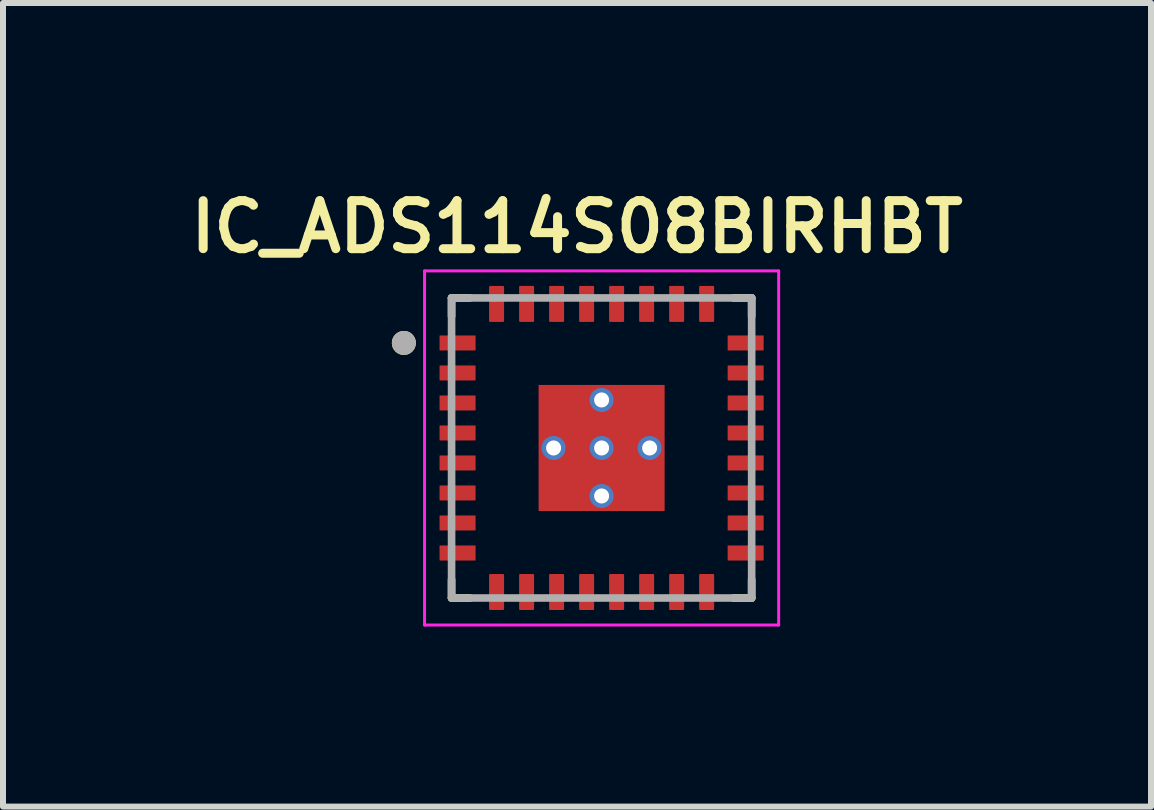
<source format=kicad_pcb>
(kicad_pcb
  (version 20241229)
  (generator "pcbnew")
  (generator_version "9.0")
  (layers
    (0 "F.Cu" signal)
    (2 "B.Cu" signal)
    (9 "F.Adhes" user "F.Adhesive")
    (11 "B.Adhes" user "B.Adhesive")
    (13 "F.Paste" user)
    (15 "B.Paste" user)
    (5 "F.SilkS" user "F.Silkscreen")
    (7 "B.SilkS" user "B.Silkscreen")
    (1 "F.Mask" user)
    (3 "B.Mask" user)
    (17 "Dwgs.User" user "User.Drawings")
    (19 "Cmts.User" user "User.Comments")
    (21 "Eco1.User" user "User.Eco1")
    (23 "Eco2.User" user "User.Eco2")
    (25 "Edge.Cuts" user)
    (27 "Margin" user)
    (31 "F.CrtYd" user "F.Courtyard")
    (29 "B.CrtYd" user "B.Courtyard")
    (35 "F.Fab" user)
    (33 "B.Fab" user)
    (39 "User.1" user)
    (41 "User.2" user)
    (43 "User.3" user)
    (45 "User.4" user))
  (footprint "IC_ADS114S08BIRHBT"
    (layer "F.Cu")
    (at 6.974 4.414)
    (property "Reference" "IC_ADS114S08BIRHBT" (at -0.41 -3.683 0) (layer "F.SilkS") (effects (font (size 0.8 0.8) (thickness 0.15))))
    (attr smd)
    (fp_poly (pts (xy -1.12 -1.12) (xy 1.12 -1.12) (xy 1.12 1.12) (xy -1.12 1.12)) (stroke (width 0.01) (type solid)) (fill yes) (layer "F.Mask"))
    (fp_poly (pts (xy -2.77 -1.605) (xy -2.77 -1.895) (xy -2.77 -1.898) (xy -2.77 -1.9) (xy -2.769 -1.903) (xy -2.769 -1.905) (xy -2.768 -1.908) (xy -2.768 -1.91) (xy -2.767 -1.913) (xy -2.766 -1.915) (xy -2.765 -1.918) (xy -2.763 -1.92) (xy -2.762 -1.922) (xy -2.76 -1.924) (xy -2.759 -1.926) (xy -2.757 -1.928) (xy -2.755 -1.93) (xy -2.753 -1.932) (xy -2.751 -1.934) (xy -2.749 -1.935) (xy -2.747 -1.937) (xy -2.745 -1.938) (xy -2.743 -1.94) (xy -2.74 -1.941) (xy -2.738 -1.942) (xy -2.735 -1.943) (xy -2.733 -1.943) (xy -2.73 -1.944) (xy -2.728 -1.944) (xy -2.725 -1.945) (xy -2.723 -1.945) (xy -2.72 -1.945) (xy -2.08 -1.945) (xy -2.077 -1.945) (xy -2.075 -1.945) (xy -2.072 -1.944) (xy -2.07 -1.944) (xy -2.067 -1.943) (xy -2.065 -1.943) (xy -2.062 -1.942) (xy -2.06 -1.941) (xy -2.057 -1.94) (xy -2.055 -1.938) (xy -2.053 -1.937) (xy -2.051 -1.935) (xy -2.049 -1.934) (xy -2.047 -1.932) (xy -2.045 -1.93) (xy -2.043 -1.928) (xy -2.041 -1.926) (xy -2.04 -1.924) (xy -2.038 -1.922) (xy -2.037 -1.92) (xy -2.035 -1.918) (xy -2.034 -1.915) (xy -2.033 -1.913) (xy -2.032 -1.91) (xy -2.032 -1.908) (xy -2.031 -1.905) (xy -2.031 -1.903) (xy -2.03 -1.9) (xy -2.03 -1.898) (xy -2.03 -1.895) (xy -2.03 -1.605) (xy -2.03 -1.602) (xy -2.03 -1.6) (xy -2.031 -1.597) (xy -2.031 -1.595) (xy -2.032 -1.592) (xy -2.032 -1.59) (xy -2.033 -1.587) (xy -2.034 -1.585) (xy -2.035 -1.582) (xy -2.037 -1.58) (xy -2.038 -1.578) (xy -2.04 -1.576) (xy -2.041 -1.574) (xy -2.043 -1.572) (xy -2.045 -1.57) (xy -2.047 -1.568) (xy -2.049 -1.566) (xy -2.051 -1.565) (xy -2.053 -1.563) (xy -2.055 -1.562) (xy -2.057 -1.56) (xy -2.06 -1.559) (xy -2.062 -1.558) (xy -2.065 -1.557) (xy -2.067 -1.557) (xy -2.07 -1.556) (xy -2.072 -1.556) (xy -2.075 -1.555) (xy -2.077 -1.555) (xy -2.08 -1.555) (xy -2.72 -1.555) (xy -2.723 -1.555) (xy -2.725 -1.555) (xy -2.728 -1.556) (xy -2.73 -1.556) (xy -2.733 -1.557) (xy -2.735 -1.557) (xy -2.738 -1.558) (xy -2.74 -1.559) (xy -2.743 -1.56) (xy -2.745 -1.562) (xy -2.747 -1.563) (xy -2.749 -1.565) (xy -2.751 -1.566) (xy -2.753 -1.568) (xy -2.755 -1.57) (xy -2.757 -1.572) (xy -2.759 -1.574) (xy -2.76 -1.576) (xy -2.762 -1.578) (xy -2.763 -1.58) (xy -2.765 -1.582) (xy -2.766 -1.585) (xy -2.767 -1.587) (xy -2.768 -1.59) (xy -2.768 -1.592) (xy -2.769 -1.595) (xy -2.769 -1.597) (xy -2.77 -1.6) (xy -2.77 -1.602) (xy -2.77 -1.605)) (stroke (width 0.01) (type solid)) (fill yes) (layer "F.Mask"))
    (fp_poly (pts (xy -2.72 -1.445) (xy -2.08 -1.445) (xy -2.077 -1.445) (xy -2.075 -1.445) (xy -2.072 -1.444) (xy -2.07 -1.444) (xy -2.067 -1.443) (xy -2.065 -1.443) (xy -2.062 -1.442) (xy -2.06 -1.441) (xy -2.057 -1.44) (xy -2.055 -1.438) (xy -2.053 -1.437) (xy -2.051 -1.435) (xy -2.049 -1.434) (xy -2.047 -1.432) (xy -2.045 -1.43) (xy -2.043 -1.428) (xy -2.041 -1.426) (xy -2.04 -1.424) (xy -2.038 -1.422) (xy -2.037 -1.42) (xy -2.035 -1.418) (xy -2.034 -1.415) (xy -2.033 -1.413) (xy -2.032 -1.41) (xy -2.032 -1.408) (xy -2.031 -1.405) (xy -2.031 -1.403) (xy -2.03 -1.4) (xy -2.03 -1.398) (xy -2.03 -1.395) (xy -2.03 -1.105) (xy -2.03 -1.102) (xy -2.03 -1.1) (xy -2.031 -1.097) (xy -2.031 -1.095) (xy -2.032 -1.092) (xy -2.032 -1.09) (xy -2.033 -1.087) (xy -2.034 -1.085) (xy -2.035 -1.082) (xy -2.037 -1.08) (xy -2.038 -1.078) (xy -2.04 -1.076) (xy -2.041 -1.074) (xy -2.043 -1.072) (xy -2.045 -1.07) (xy -2.047 -1.068) (xy -2.049 -1.066) (xy -2.051 -1.065) (xy -2.053 -1.063) (xy -2.055 -1.062) (xy -2.057 -1.06) (xy -2.06 -1.059) (xy -2.062 -1.058) (xy -2.065 -1.057) (xy -2.067 -1.057) (xy -2.07 -1.056) (xy -2.072 -1.056) (xy -2.075 -1.055) (xy -2.077 -1.055) (xy -2.08 -1.055) (xy -2.72 -1.055) (xy -2.723 -1.055) (xy -2.725 -1.055) (xy -2.728 -1.056) (xy -2.73 -1.056) (xy -2.733 -1.057) (xy -2.735 -1.057) (xy -2.738 -1.058) (xy -2.74 -1.059) (xy -2.743 -1.06) (xy -2.745 -1.062) (xy -2.747 -1.063) (xy -2.749 -1.065) (xy -2.751 -1.066) (xy -2.753 -1.068) (xy -2.755 -1.07) (xy -2.757 -1.072) (xy -2.759 -1.074) (xy -2.76 -1.076) (xy -2.762 -1.078) (xy -2.763 -1.08) (xy -2.765 -1.082) (xy -2.766 -1.085) (xy -2.767 -1.087) (xy -2.768 -1.09) (xy -2.768 -1.092) (xy -2.769 -1.095) (xy -2.769 -1.097) (xy -2.77 -1.1) (xy -2.77 -1.102) (xy -2.77 -1.105) (xy -2.77 -1.395) (xy -2.77 -1.398) (xy -2.77 -1.4) (xy -2.769 -1.403) (xy -2.769 -1.405) (xy -2.768 -1.408) (xy -2.768 -1.41) (xy -2.767 -1.413) (xy -2.766 -1.415) (xy -2.765 -1.418) (xy -2.763 -1.42) (xy -2.762 -1.422) (xy -2.76 -1.424) (xy -2.759 -1.426) (xy -2.757 -1.428) (xy -2.755 -1.43) (xy -2.753 -1.432) (xy -2.751 -1.434) (xy -2.749 -1.435) (xy -2.747 -1.437) (xy -2.745 -1.438) (xy -2.743 -1.44) (xy -2.74 -1.441) (xy -2.738 -1.442) (xy -2.735 -1.443) (xy -2.733 -1.443) (xy -2.73 -1.444) (xy -2.728 -1.444) (xy -2.725 -1.445) (xy -2.723 -1.445) (xy -2.72 -1.445)) (stroke (width 0.01) (type solid)) (fill yes) (layer "F.Mask"))
    (fp_poly (pts (xy -2.72 -0.945) (xy -2.08 -0.945) (xy -2.077 -0.945) (xy -2.075 -0.945) (xy -2.072 -0.944) (xy -2.07 -0.944) (xy -2.067 -0.943) (xy -2.065 -0.943) (xy -2.062 -0.942) (xy -2.06 -0.941) (xy -2.057 -0.94) (xy -2.055 -0.938) (xy -2.053 -0.937) (xy -2.051 -0.935) (xy -2.049 -0.934) (xy -2.047 -0.932) (xy -2.045 -0.93) (xy -2.043 -0.928) (xy -2.041 -0.926) (xy -2.04 -0.924) (xy -2.038 -0.922) (xy -2.037 -0.92) (xy -2.035 -0.918) (xy -2.034 -0.915) (xy -2.033 -0.913) (xy -2.032 -0.91) (xy -2.032 -0.908) (xy -2.031 -0.905) (xy -2.031 -0.903) (xy -2.03 -0.9) (xy -2.03 -0.898) (xy -2.03 -0.895) (xy -2.03 -0.605) (xy -2.03 -0.602) (xy -2.03 -0.6) (xy -2.031 -0.597) (xy -2.031 -0.595) (xy -2.032 -0.592) (xy -2.032 -0.59) (xy -2.033 -0.587) (xy -2.034 -0.585) (xy -2.035 -0.582) (xy -2.037 -0.58) (xy -2.038 -0.578) (xy -2.04 -0.576) (xy -2.041 -0.574) (xy -2.043 -0.572) (xy -2.045 -0.57) (xy -2.047 -0.568) (xy -2.049 -0.566) (xy -2.051 -0.565) (xy -2.053 -0.563) (xy -2.055 -0.562) (xy -2.057 -0.56) (xy -2.06 -0.559) (xy -2.062 -0.558) (xy -2.065 -0.557) (xy -2.067 -0.557) (xy -2.07 -0.556) (xy -2.072 -0.556) (xy -2.075 -0.555) (xy -2.077 -0.555) (xy -2.08 -0.555) (xy -2.72 -0.555) (xy -2.723 -0.555) (xy -2.725 -0.555) (xy -2.728 -0.556) (xy -2.73 -0.556) (xy -2.733 -0.557) (xy -2.735 -0.557) (xy -2.738 -0.558) (xy -2.74 -0.559) (xy -2.743 -0.56) (xy -2.745 -0.562) (xy -2.747 -0.563) (xy -2.749 -0.565) (xy -2.751 -0.566) (xy -2.753 -0.568) (xy -2.755 -0.57) (xy -2.757 -0.572) (xy -2.759 -0.574) (xy -2.76 -0.576) (xy -2.762 -0.578) (xy -2.763 -0.58) (xy -2.765 -0.582) (xy -2.766 -0.585) (xy -2.767 -0.587) (xy -2.768 -0.59) (xy -2.768 -0.592) (xy -2.769 -0.595) (xy -2.769 -0.597) (xy -2.77 -0.6) (xy -2.77 -0.602) (xy -2.77 -0.605) (xy -2.77 -0.895) (xy -2.77 -0.898) (xy -2.77 -0.9) (xy -2.769 -0.903) (xy -2.769 -0.905) (xy -2.768 -0.908) (xy -2.768 -0.91) (xy -2.767 -0.913) (xy -2.766 -0.915) (xy -2.765 -0.918) (xy -2.763 -0.92) (xy -2.762 -0.922) (xy -2.76 -0.924) (xy -2.759 -0.926) (xy -2.757 -0.928) (xy -2.755 -0.93) (xy -2.753 -0.932) (xy -2.751 -0.934) (xy -2.749 -0.935) (xy -2.747 -0.937) (xy -2.745 -0.938) (xy -2.743 -0.94) (xy -2.74 -0.941) (xy -2.738 -0.942) (xy -2.735 -0.943) (xy -2.733 -0.943) (xy -2.73 -0.944) (xy -2.728 -0.944) (xy -2.725 -0.945) (xy -2.723 -0.945) (xy -2.72 -0.945)) (stroke (width 0.01) (type solid)) (fill yes) (layer "F.Mask"))
    (fp_poly (pts (xy -2.72 -0.445) (xy -2.08 -0.445) (xy -2.077 -0.445) (xy -2.075 -0.445) (xy -2.072 -0.444) (xy -2.07 -0.444) (xy -2.067 -0.443) (xy -2.065 -0.443) (xy -2.062 -0.442) (xy -2.06 -0.441) (xy -2.057 -0.44) (xy -2.055 -0.438) (xy -2.053 -0.437) (xy -2.051 -0.435) (xy -2.049 -0.434) (xy -2.047 -0.432) (xy -2.045 -0.43) (xy -2.043 -0.428) (xy -2.041 -0.426) (xy -2.04 -0.424) (xy -2.038 -0.422) (xy -2.037 -0.42) (xy -2.035 -0.418) (xy -2.034 -0.415) (xy -2.033 -0.413) (xy -2.032 -0.41) (xy -2.032 -0.408) (xy -2.031 -0.405) (xy -2.031 -0.403) (xy -2.03 -0.4) (xy -2.03 -0.398) (xy -2.03 -0.395) (xy -2.03 -0.105) (xy -2.03 -0.102) (xy -2.03 -0.1) (xy -2.031 -0.097) (xy -2.031 -0.095) (xy -2.032 -0.092) (xy -2.032 -0.09) (xy -2.033 -0.087) (xy -2.034 -0.085) (xy -2.035 -0.082) (xy -2.037 -0.08) (xy -2.038 -0.078) (xy -2.04 -0.076) (xy -2.041 -0.074) (xy -2.043 -0.072) (xy -2.045 -0.07) (xy -2.047 -0.068) (xy -2.049 -0.066) (xy -2.051 -0.065) (xy -2.053 -0.063) (xy -2.055 -0.062) (xy -2.057 -0.06) (xy -2.06 -0.059) (xy -2.062 -0.058) (xy -2.065 -0.057) (xy -2.067 -0.057) (xy -2.07 -0.056) (xy -2.072 -0.056) (xy -2.075 -0.055) (xy -2.077 -0.055) (xy -2.08 -0.055) (xy -2.72 -0.055) (xy -2.723 -0.055) (xy -2.725 -0.055) (xy -2.728 -0.056) (xy -2.73 -0.056) (xy -2.733 -0.057) (xy -2.735 -0.057) (xy -2.738 -0.058) (xy -2.74 -0.059) (xy -2.743 -0.06) (xy -2.745 -0.062) (xy -2.747 -0.063) (xy -2.749 -0.065) (xy -2.751 -0.066) (xy -2.753 -0.068) (xy -2.755 -0.07) (xy -2.757 -0.072) (xy -2.759 -0.074) (xy -2.76 -0.076) (xy -2.762 -0.078) (xy -2.763 -0.08) (xy -2.765 -0.082) (xy -2.766 -0.085) (xy -2.767 -0.087) (xy -2.768 -0.09) (xy -2.768 -0.092) (xy -2.769 -0.095) (xy -2.769 -0.097) (xy -2.77 -0.1) (xy -2.77 -0.102) (xy -2.77 -0.105) (xy -2.77 -0.395) (xy -2.77 -0.398) (xy -2.77 -0.4) (xy -2.769 -0.403) (xy -2.769 -0.405) (xy -2.768 -0.408) (xy -2.768 -0.41) (xy -2.767 -0.413) (xy -2.766 -0.415) (xy -2.765 -0.418) (xy -2.763 -0.42) (xy -2.762 -0.422) (xy -2.76 -0.424) (xy -2.759 -0.426) (xy -2.757 -0.428) (xy -2.755 -0.43) (xy -2.753 -0.432) (xy -2.751 -0.434) (xy -2.749 -0.435) (xy -2.747 -0.437) (xy -2.745 -0.438) (xy -2.743 -0.44) (xy -2.74 -0.441) (xy -2.738 -0.442) (xy -2.735 -0.443) (xy -2.733 -0.443) (xy -2.73 -0.444) (xy -2.728 -0.444) (xy -2.725 -0.445) (xy -2.723 -0.445) (xy -2.72 -0.445)) (stroke (width 0.01) (type solid)) (fill yes) (layer "F.Mask"))
    (fp_poly (pts (xy -2.72 0.055) (xy -2.08 0.055) (xy -2.077 0.055) (xy -2.075 0.055) (xy -2.072 0.056) (xy -2.07 0.056) (xy -2.067 0.057) (xy -2.065 0.057) (xy -2.062 0.058) (xy -2.06 0.059) (xy -2.057 0.06) (xy -2.055 0.062) (xy -2.053 0.063) (xy -2.051 0.065) (xy -2.049 0.066) (xy -2.047 0.068) (xy -2.045 0.07) (xy -2.043 0.072) (xy -2.041 0.074) (xy -2.04 0.076) (xy -2.038 0.078) (xy -2.037 0.08) (xy -2.035 0.082) (xy -2.034 0.085) (xy -2.033 0.087) (xy -2.032 0.09) (xy -2.032 0.092) (xy -2.031 0.095) (xy -2.031 0.097) (xy -2.03 0.1) (xy -2.03 0.102) (xy -2.03 0.105) (xy -2.03 0.395) (xy -2.03 0.398) (xy -2.03 0.4) (xy -2.031 0.403) (xy -2.031 0.405) (xy -2.032 0.408) (xy -2.032 0.41) (xy -2.033 0.413) (xy -2.034 0.415) (xy -2.035 0.418) (xy -2.037 0.42) (xy -2.038 0.422) (xy -2.04 0.424) (xy -2.041 0.426) (xy -2.043 0.428) (xy -2.045 0.43) (xy -2.047 0.432) (xy -2.049 0.434) (xy -2.051 0.435) (xy -2.053 0.437) (xy -2.055 0.438) (xy -2.057 0.44) (xy -2.06 0.441) (xy -2.062 0.442) (xy -2.065 0.443) (xy -2.067 0.443) (xy -2.07 0.444) (xy -2.072 0.444) (xy -2.075 0.445) (xy -2.077 0.445) (xy -2.08 0.445) (xy -2.72 0.445) (xy -2.723 0.445) (xy -2.725 0.445) (xy -2.728 0.444) (xy -2.73 0.444) (xy -2.733 0.443) (xy -2.735 0.443) (xy -2.738 0.442) (xy -2.74 0.441) (xy -2.743 0.44) (xy -2.745 0.438) (xy -2.747 0.437) (xy -2.749 0.435) (xy -2.751 0.434) (xy -2.753 0.432) (xy -2.755 0.43) (xy -2.757 0.428) (xy -2.759 0.426) (xy -2.76 0.424) (xy -2.762 0.422) (xy -2.763 0.42) (xy -2.765 0.418) (xy -2.766 0.415) (xy -2.767 0.413) (xy -2.768 0.41) (xy -2.768 0.408) (xy -2.769 0.405) (xy -2.769 0.403) (xy -2.77 0.4) (xy -2.77 0.398) (xy -2.77 0.395) (xy -2.77 0.105) (xy -2.77 0.102) (xy -2.77 0.1) (xy -2.769 0.097) (xy -2.769 0.095) (xy -2.768 0.092) (xy -2.768 0.09) (xy -2.767 0.087) (xy -2.766 0.085) (xy -2.765 0.082) (xy -2.763 0.08) (xy -2.762 0.078) (xy -2.76 0.076) (xy -2.759 0.074) (xy -2.757 0.072) (xy -2.755 0.07) (xy -2.753 0.068) (xy -2.751 0.066) (xy -2.749 0.065) (xy -2.747 0.063) (xy -2.745 0.062) (xy -2.743 0.06) (xy -2.74 0.059) (xy -2.738 0.058) (xy -2.735 0.057) (xy -2.733 0.057) (xy -2.73 0.056) (xy -2.728 0.056) (xy -2.725 0.055) (xy -2.723 0.055) (xy -2.72 0.055)) (stroke (width 0.01) (type solid)) (fill yes) (layer "F.Mask"))
    (fp_poly (pts (xy -2.72 0.555) (xy -2.08 0.555) (xy -2.077 0.555) (xy -2.075 0.555) (xy -2.072 0.556) (xy -2.07 0.556) (xy -2.067 0.557) (xy -2.065 0.557) (xy -2.062 0.558) (xy -2.06 0.559) (xy -2.057 0.56) (xy -2.055 0.562) (xy -2.053 0.563) (xy -2.051 0.565) (xy -2.049 0.566) (xy -2.047 0.568) (xy -2.045 0.57) (xy -2.043 0.572) (xy -2.041 0.574) (xy -2.04 0.576) (xy -2.038 0.578) (xy -2.037 0.58) (xy -2.035 0.582) (xy -2.034 0.585) (xy -2.033 0.587) (xy -2.032 0.59) (xy -2.032 0.592) (xy -2.031 0.595) (xy -2.031 0.597) (xy -2.03 0.6) (xy -2.03 0.602) (xy -2.03 0.605) (xy -2.03 0.895) (xy -2.03 0.898) (xy -2.03 0.9) (xy -2.031 0.903) (xy -2.031 0.905) (xy -2.032 0.908) (xy -2.032 0.91) (xy -2.033 0.913) (xy -2.034 0.915) (xy -2.035 0.918) (xy -2.037 0.92) (xy -2.038 0.922) (xy -2.04 0.924) (xy -2.041 0.926) (xy -2.043 0.928) (xy -2.045 0.93) (xy -2.047 0.932) (xy -2.049 0.934) (xy -2.051 0.935) (xy -2.053 0.937) (xy -2.055 0.938) (xy -2.057 0.94) (xy -2.06 0.941) (xy -2.062 0.942) (xy -2.065 0.943) (xy -2.067 0.943) (xy -2.07 0.944) (xy -2.072 0.944) (xy -2.075 0.945) (xy -2.077 0.945) (xy -2.08 0.945) (xy -2.72 0.945) (xy -2.723 0.945) (xy -2.725 0.945) (xy -2.728 0.944) (xy -2.73 0.944) (xy -2.733 0.943) (xy -2.735 0.943) (xy -2.738 0.942) (xy -2.74 0.941) (xy -2.743 0.94) (xy -2.745 0.938) (xy -2.747 0.937) (xy -2.749 0.935) (xy -2.751 0.934) (xy -2.753 0.932) (xy -2.755 0.93) (xy -2.757 0.928) (xy -2.759 0.926) (xy -2.76 0.924) (xy -2.762 0.922) (xy -2.763 0.92) (xy -2.765 0.918) (xy -2.766 0.915) (xy -2.767 0.913) (xy -2.768 0.91) (xy -2.768 0.908) (xy -2.769 0.905) (xy -2.769 0.903) (xy -2.77 0.9) (xy -2.77 0.898) (xy -2.77 0.895) (xy -2.77 0.605) (xy -2.77 0.602) (xy -2.77 0.6) (xy -2.769 0.597) (xy -2.769 0.595) (xy -2.768 0.592) (xy -2.768 0.59) (xy -2.767 0.587) (xy -2.766 0.585) (xy -2.765 0.582) (xy -2.763 0.58) (xy -2.762 0.578) (xy -2.76 0.576) (xy -2.759 0.574) (xy -2.757 0.572) (xy -2.755 0.57) (xy -2.753 0.568) (xy -2.751 0.566) (xy -2.749 0.565) (xy -2.747 0.563) (xy -2.745 0.562) (xy -2.743 0.56) (xy -2.74 0.559) (xy -2.738 0.558) (xy -2.735 0.557) (xy -2.733 0.557) (xy -2.73 0.556) (xy -2.728 0.556) (xy -2.725 0.555) (xy -2.723 0.555) (xy -2.72 0.555)) (stroke (width 0.01) (type solid)) (fill yes) (layer "F.Mask"))
    (fp_poly (pts (xy -2.72 1.055) (xy -2.08 1.055) (xy -2.077 1.055) (xy -2.075 1.055) (xy -2.072 1.056) (xy -2.07 1.056) (xy -2.067 1.057) (xy -2.065 1.057) (xy -2.062 1.058) (xy -2.06 1.059) (xy -2.057 1.06) (xy -2.055 1.062) (xy -2.053 1.063) (xy -2.051 1.065) (xy -2.049 1.066) (xy -2.047 1.068) (xy -2.045 1.07) (xy -2.043 1.072) (xy -2.041 1.074) (xy -2.04 1.076) (xy -2.038 1.078) (xy -2.037 1.08) (xy -2.035 1.082) (xy -2.034 1.085) (xy -2.033 1.087) (xy -2.032 1.09) (xy -2.032 1.092) (xy -2.031 1.095) (xy -2.031 1.097) (xy -2.03 1.1) (xy -2.03 1.102) (xy -2.03 1.105) (xy -2.03 1.395) (xy -2.03 1.398) (xy -2.03 1.4) (xy -2.031 1.403) (xy -2.031 1.405) (xy -2.032 1.408) (xy -2.032 1.41) (xy -2.033 1.413) (xy -2.034 1.415) (xy -2.035 1.418) (xy -2.037 1.42) (xy -2.038 1.422) (xy -2.04 1.424) (xy -2.041 1.426) (xy -2.043 1.428) (xy -2.045 1.43) (xy -2.047 1.432) (xy -2.049 1.434) (xy -2.051 1.435) (xy -2.053 1.437) (xy -2.055 1.438) (xy -2.057 1.44) (xy -2.06 1.441) (xy -2.062 1.442) (xy -2.065 1.443) (xy -2.067 1.443) (xy -2.07 1.444) (xy -2.072 1.444) (xy -2.075 1.445) (xy -2.077 1.445) (xy -2.08 1.445) (xy -2.72 1.445) (xy -2.723 1.445) (xy -2.725 1.445) (xy -2.728 1.444) (xy -2.73 1.444) (xy -2.733 1.443) (xy -2.735 1.443) (xy -2.738 1.442) (xy -2.74 1.441) (xy -2.743 1.44) (xy -2.745 1.438) (xy -2.747 1.437) (xy -2.749 1.435) (xy -2.751 1.434) (xy -2.753 1.432) (xy -2.755 1.43) (xy -2.757 1.428) (xy -2.759 1.426) (xy -2.76 1.424) (xy -2.762 1.422) (xy -2.763 1.42) (xy -2.765 1.418) (xy -2.766 1.415) (xy -2.767 1.413) (xy -2.768 1.41) (xy -2.768 1.408) (xy -2.769 1.405) (xy -2.769 1.403) (xy -2.77 1.4) (xy -2.77 1.398) (xy -2.77 1.395) (xy -2.77 1.105) (xy -2.77 1.102) (xy -2.77 1.1) (xy -2.769 1.097) (xy -2.769 1.095) (xy -2.768 1.092) (xy -2.768 1.09) (xy -2.767 1.087) (xy -2.766 1.085) (xy -2.765 1.082) (xy -2.763 1.08) (xy -2.762 1.078) (xy -2.76 1.076) (xy -2.759 1.074) (xy -2.757 1.072) (xy -2.755 1.07) (xy -2.753 1.068) (xy -2.751 1.066) (xy -2.749 1.065) (xy -2.747 1.063) (xy -2.745 1.062) (xy -2.743 1.06) (xy -2.74 1.059) (xy -2.738 1.058) (xy -2.735 1.057) (xy -2.733 1.057) (xy -2.73 1.056) (xy -2.728 1.056) (xy -2.725 1.055) (xy -2.723 1.055) (xy -2.72 1.055)) (stroke (width 0.01) (type solid)) (fill yes) (layer "F.Mask"))
    (fp_poly (pts (xy -2.72 1.555) (xy -2.08 1.555) (xy -2.077 1.555) (xy -2.075 1.555) (xy -2.072 1.556) (xy -2.07 1.556) (xy -2.067 1.557) (xy -2.065 1.557) (xy -2.062 1.558) (xy -2.06 1.559) (xy -2.057 1.56) (xy -2.055 1.562) (xy -2.053 1.563) (xy -2.051 1.565) (xy -2.049 1.566) (xy -2.047 1.568) (xy -2.045 1.57) (xy -2.043 1.572) (xy -2.041 1.574) (xy -2.04 1.576) (xy -2.038 1.578) (xy -2.037 1.58) (xy -2.035 1.582) (xy -2.034 1.585) (xy -2.033 1.587) (xy -2.032 1.59) (xy -2.032 1.592) (xy -2.031 1.595) (xy -2.031 1.597) (xy -2.03 1.6) (xy -2.03 1.602) (xy -2.03 1.605) (xy -2.03 1.895) (xy -2.03 1.898) (xy -2.03 1.9) (xy -2.031 1.903) (xy -2.031 1.905) (xy -2.032 1.908) (xy -2.032 1.91) (xy -2.033 1.913) (xy -2.034 1.915) (xy -2.035 1.918) (xy -2.037 1.92) (xy -2.038 1.922) (xy -2.04 1.924) (xy -2.041 1.926) (xy -2.043 1.928) (xy -2.045 1.93) (xy -2.047 1.932) (xy -2.049 1.934) (xy -2.051 1.935) (xy -2.053 1.937) (xy -2.055 1.938) (xy -2.057 1.94) (xy -2.06 1.941) (xy -2.062 1.942) (xy -2.065 1.943) (xy -2.067 1.943) (xy -2.07 1.944) (xy -2.072 1.944) (xy -2.075 1.945) (xy -2.077 1.945) (xy -2.08 1.945) (xy -2.72 1.945) (xy -2.723 1.945) (xy -2.725 1.945) (xy -2.728 1.944) (xy -2.73 1.944) (xy -2.733 1.943) (xy -2.735 1.943) (xy -2.738 1.942) (xy -2.74 1.941) (xy -2.743 1.94) (xy -2.745 1.938) (xy -2.747 1.937) (xy -2.749 1.935) (xy -2.751 1.934) (xy -2.753 1.932) (xy -2.755 1.93) (xy -2.757 1.928) (xy -2.759 1.926) (xy -2.76 1.924) (xy -2.762 1.922) (xy -2.763 1.92) (xy -2.765 1.918) (xy -2.766 1.915) (xy -2.767 1.913) (xy -2.768 1.91) (xy -2.768 1.908) (xy -2.769 1.905) (xy -2.769 1.903) (xy -2.77 1.9) (xy -2.77 1.898) (xy -2.77 1.895) (xy -2.77 1.605) (xy -2.77 1.602) (xy -2.77 1.6) (xy -2.769 1.597) (xy -2.769 1.595) (xy -2.768 1.592) (xy -2.768 1.59) (xy -2.767 1.587) (xy -2.766 1.585) (xy -2.765 1.582) (xy -2.763 1.58) (xy -2.762 1.578) (xy -2.76 1.576) (xy -2.759 1.574) (xy -2.757 1.572) (xy -2.755 1.57) (xy -2.753 1.568) (xy -2.751 1.566) (xy -2.749 1.565) (xy -2.747 1.563) (xy -2.745 1.562) (xy -2.743 1.56) (xy -2.74 1.559) (xy -2.738 1.558) (xy -2.735 1.557) (xy -2.733 1.557) (xy -2.73 1.556) (xy -2.728 1.556) (xy -2.725 1.555) (xy -2.723 1.555) (xy -2.72 1.555)) (stroke (width 0.01) (type solid)) (fill yes) (layer "F.Mask"))
    (fp_poly (pts (xy -1.945 -2.08) (xy -1.945 -2.72) (xy -1.945 -2.723) (xy -1.945 -2.725) (xy -1.944 -2.728) (xy -1.944 -2.73) (xy -1.943 -2.733) (xy -1.943 -2.735) (xy -1.942 -2.738) (xy -1.941 -2.74) (xy -1.94 -2.743) (xy -1.938 -2.745) (xy -1.937 -2.747) (xy -1.935 -2.749) (xy -1.934 -2.751) (xy -1.932 -2.753) (xy -1.93 -2.755) (xy -1.928 -2.757) (xy -1.926 -2.759) (xy -1.924 -2.76) (xy -1.922 -2.762) (xy -1.92 -2.763) (xy -1.918 -2.765) (xy -1.915 -2.766) (xy -1.913 -2.767) (xy -1.91 -2.768) (xy -1.908 -2.768) (xy -1.905 -2.769) (xy -1.903 -2.769) (xy -1.9 -2.77) (xy -1.898 -2.77) (xy -1.895 -2.77) (xy -1.605 -2.77) (xy -1.602 -2.77) (xy -1.6 -2.77) (xy -1.597 -2.769) (xy -1.595 -2.769) (xy -1.592 -2.768) (xy -1.59 -2.768) (xy -1.587 -2.767) (xy -1.585 -2.766) (xy -1.582 -2.765) (xy -1.58 -2.763) (xy -1.578 -2.762) (xy -1.576 -2.76) (xy -1.574 -2.759) (xy -1.572 -2.757) (xy -1.57 -2.755) (xy -1.568 -2.753) (xy -1.566 -2.751) (xy -1.565 -2.749) (xy -1.563 -2.747) (xy -1.562 -2.745) (xy -1.56 -2.743) (xy -1.559 -2.74) (xy -1.558 -2.738) (xy -1.557 -2.735) (xy -1.557 -2.733) (xy -1.556 -2.73) (xy -1.556 -2.728) (xy -1.555 -2.725) (xy -1.555 -2.723) (xy -1.555 -2.72) (xy -1.555 -2.08) (xy -1.555 -2.077) (xy -1.555 -2.075) (xy -1.556 -2.072) (xy -1.556 -2.07) (xy -1.557 -2.067) (xy -1.557 -2.065) (xy -1.558 -2.062) (xy -1.559 -2.06) (xy -1.56 -2.057) (xy -1.562 -2.055) (xy -1.563 -2.053) (xy -1.565 -2.051) (xy -1.566 -2.049) (xy -1.568 -2.047) (xy -1.57 -2.045) (xy -1.572 -2.043) (xy -1.574 -2.041) (xy -1.576 -2.04) (xy -1.578 -2.038) (xy -1.58 -2.037) (xy -1.582 -2.035) (xy -1.585 -2.034) (xy -1.587 -2.033) (xy -1.59 -2.032) (xy -1.592 -2.032) (xy -1.595 -2.031) (xy -1.597 -2.031) (xy -1.6 -2.03) (xy -1.602 -2.03) (xy -1.605 -2.03) (xy -1.895 -2.03) (xy -1.898 -2.03) (xy -1.9 -2.03) (xy -1.903 -2.031) (xy -1.905 -2.031) (xy -1.908 -2.032) (xy -1.91 -2.032) (xy -1.913 -2.033) (xy -1.915 -2.034) (xy -1.918 -2.035) (xy -1.92 -2.037) (xy -1.922 -2.038) (xy -1.924 -2.04) (xy -1.926 -2.041) (xy -1.928 -2.043) (xy -1.93 -2.045) (xy -1.932 -2.047) (xy -1.934 -2.049) (xy -1.935 -2.051) (xy -1.937 -2.053) (xy -1.938 -2.055) (xy -1.94 -2.057) (xy -1.941 -2.06) (xy -1.942 -2.062) (xy -1.943 -2.065) (xy -1.943 -2.067) (xy -1.944 -2.07) (xy -1.944 -2.072) (xy -1.945 -2.075) (xy -1.945 -2.077) (xy -1.945 -2.08)) (stroke (width 0.01) (type solid)) (fill yes) (layer "F.Mask"))
    (fp_poly (pts (xy -1.945 2.72) (xy -1.945 2.08) (xy -1.945 2.077) (xy -1.945 2.075) (xy -1.944 2.072) (xy -1.944 2.07) (xy -1.943 2.067) (xy -1.943 2.065) (xy -1.942 2.062) (xy -1.941 2.06) (xy -1.94 2.057) (xy -1.938 2.055) (xy -1.937 2.053) (xy -1.935 2.051) (xy -1.934 2.049) (xy -1.932 2.047) (xy -1.93 2.045) (xy -1.928 2.043) (xy -1.926 2.041) (xy -1.924 2.04) (xy -1.922 2.038) (xy -1.92 2.037) (xy -1.918 2.035) (xy -1.915 2.034) (xy -1.913 2.033) (xy -1.91 2.032) (xy -1.908 2.032) (xy -1.905 2.031) (xy -1.903 2.031) (xy -1.9 2.03) (xy -1.898 2.03) (xy -1.895 2.03) (xy -1.605 2.03) (xy -1.602 2.03) (xy -1.6 2.03) (xy -1.597 2.031) (xy -1.595 2.031) (xy -1.592 2.032) (xy -1.59 2.032) (xy -1.587 2.033) (xy -1.585 2.034) (xy -1.582 2.035) (xy -1.58 2.037) (xy -1.578 2.038) (xy -1.576 2.04) (xy -1.574 2.041) (xy -1.572 2.043) (xy -1.57 2.045) (xy -1.568 2.047) (xy -1.566 2.049) (xy -1.565 2.051) (xy -1.563 2.053) (xy -1.562 2.055) (xy -1.56 2.057) (xy -1.559 2.06) (xy -1.558 2.062) (xy -1.557 2.065) (xy -1.557 2.067) (xy -1.556 2.07) (xy -1.556 2.072) (xy -1.555 2.075) (xy -1.555 2.077) (xy -1.555 2.08) (xy -1.555 2.72) (xy -1.555 2.723) (xy -1.555 2.725) (xy -1.556 2.728) (xy -1.556 2.73) (xy -1.557 2.733) (xy -1.557 2.735) (xy -1.558 2.738) (xy -1.559 2.74) (xy -1.56 2.743) (xy -1.562 2.745) (xy -1.563 2.747) (xy -1.565 2.749) (xy -1.566 2.751) (xy -1.568 2.753) (xy -1.57 2.755) (xy -1.572 2.757) (xy -1.574 2.759) (xy -1.576 2.76) (xy -1.578 2.762) (xy -1.58 2.763) (xy -1.582 2.765) (xy -1.585 2.766) (xy -1.587 2.767) (xy -1.59 2.768) (xy -1.592 2.768) (xy -1.595 2.769) (xy -1.597 2.769) (xy -1.6 2.77) (xy -1.602 2.77) (xy -1.605 2.77) (xy -1.895 2.77) (xy -1.898 2.77) (xy -1.9 2.77) (xy -1.903 2.769) (xy -1.905 2.769) (xy -1.908 2.768) (xy -1.91 2.768) (xy -1.913 2.767) (xy -1.915 2.766) (xy -1.918 2.765) (xy -1.92 2.763) (xy -1.922 2.762) (xy -1.924 2.76) (xy -1.926 2.759) (xy -1.928 2.757) (xy -1.93 2.755) (xy -1.932 2.753) (xy -1.934 2.751) (xy -1.935 2.749) (xy -1.937 2.747) (xy -1.938 2.745) (xy -1.94 2.743) (xy -1.941 2.74) (xy -1.942 2.738) (xy -1.943 2.735) (xy -1.943 2.733) (xy -1.944 2.73) (xy -1.944 2.728) (xy -1.945 2.725) (xy -1.945 2.723) (xy -1.945 2.72)) (stroke (width 0.01) (type solid)) (fill yes) (layer "F.Mask"))
    (fp_poly (pts (xy -1.445 -2.08) (xy -1.445 -2.72) (xy -1.445 -2.723) (xy -1.445 -2.725) (xy -1.444 -2.728) (xy -1.444 -2.73) (xy -1.443 -2.733) (xy -1.443 -2.735) (xy -1.442 -2.738) (xy -1.441 -2.74) (xy -1.44 -2.743) (xy -1.438 -2.745) (xy -1.437 -2.747) (xy -1.435 -2.749) (xy -1.434 -2.751) (xy -1.432 -2.753) (xy -1.43 -2.755) (xy -1.428 -2.757) (xy -1.426 -2.759) (xy -1.424 -2.76) (xy -1.422 -2.762) (xy -1.42 -2.763) (xy -1.418 -2.765) (xy -1.415 -2.766) (xy -1.413 -2.767) (xy -1.41 -2.768) (xy -1.408 -2.768) (xy -1.405 -2.769) (xy -1.403 -2.769) (xy -1.4 -2.77) (xy -1.398 -2.77) (xy -1.395 -2.77) (xy -1.105 -2.77) (xy -1.102 -2.77) (xy -1.1 -2.77) (xy -1.097 -2.769) (xy -1.095 -2.769) (xy -1.092 -2.768) (xy -1.09 -2.768) (xy -1.087 -2.767) (xy -1.085 -2.766) (xy -1.082 -2.765) (xy -1.08 -2.763) (xy -1.078 -2.762) (xy -1.076 -2.76) (xy -1.074 -2.759) (xy -1.072 -2.757) (xy -1.07 -2.755) (xy -1.068 -2.753) (xy -1.066 -2.751) (xy -1.065 -2.749) (xy -1.063 -2.747) (xy -1.062 -2.745) (xy -1.06 -2.743) (xy -1.059 -2.74) (xy -1.058 -2.738) (xy -1.057 -2.735) (xy -1.057 -2.733) (xy -1.056 -2.73) (xy -1.056 -2.728) (xy -1.055 -2.725) (xy -1.055 -2.723) (xy -1.055 -2.72) (xy -1.055 -2.08) (xy -1.055 -2.077) (xy -1.055 -2.075) (xy -1.056 -2.072) (xy -1.056 -2.07) (xy -1.057 -2.067) (xy -1.057 -2.065) (xy -1.058 -2.062) (xy -1.059 -2.06) (xy -1.06 -2.057) (xy -1.062 -2.055) (xy -1.063 -2.053) (xy -1.065 -2.051) (xy -1.066 -2.049) (xy -1.068 -2.047) (xy -1.07 -2.045) (xy -1.072 -2.043) (xy -1.074 -2.041) (xy -1.076 -2.04) (xy -1.078 -2.038) (xy -1.08 -2.037) (xy -1.082 -2.035) (xy -1.085 -2.034) (xy -1.087 -2.033) (xy -1.09 -2.032) (xy -1.092 -2.032) (xy -1.095 -2.031) (xy -1.097 -2.031) (xy -1.1 -2.03) (xy -1.102 -2.03) (xy -1.105 -2.03) (xy -1.395 -2.03) (xy -1.398 -2.03) (xy -1.4 -2.03) (xy -1.403 -2.031) (xy -1.405 -2.031) (xy -1.408 -2.032) (xy -1.41 -2.032) (xy -1.413 -2.033) (xy -1.415 -2.034) (xy -1.418 -2.035) (xy -1.42 -2.037) (xy -1.422 -2.038) (xy -1.424 -2.04) (xy -1.426 -2.041) (xy -1.428 -2.043) (xy -1.43 -2.045) (xy -1.432 -2.047) (xy -1.434 -2.049) (xy -1.435 -2.051) (xy -1.437 -2.053) (xy -1.438 -2.055) (xy -1.44 -2.057) (xy -1.441 -2.06) (xy -1.442 -2.062) (xy -1.443 -2.065) (xy -1.443 -2.067) (xy -1.444 -2.07) (xy -1.444 -2.072) (xy -1.445 -2.075) (xy -1.445 -2.077) (xy -1.445 -2.08)) (stroke (width 0.01) (type solid)) (fill yes) (layer "F.Mask"))
    (fp_poly (pts (xy -1.445 2.72) (xy -1.445 2.08) (xy -1.445 2.077) (xy -1.445 2.075) (xy -1.444 2.072) (xy -1.444 2.07) (xy -1.443 2.067) (xy -1.443 2.065) (xy -1.442 2.062) (xy -1.441 2.06) (xy -1.44 2.057) (xy -1.438 2.055) (xy -1.437 2.053) (xy -1.435 2.051) (xy -1.434 2.049) (xy -1.432 2.047) (xy -1.43 2.045) (xy -1.428 2.043) (xy -1.426 2.041) (xy -1.424 2.04) (xy -1.422 2.038) (xy -1.42 2.037) (xy -1.418 2.035) (xy -1.415 2.034) (xy -1.413 2.033) (xy -1.41 2.032) (xy -1.408 2.032) (xy -1.405 2.031) (xy -1.403 2.031) (xy -1.4 2.03) (xy -1.398 2.03) (xy -1.395 2.03) (xy -1.105 2.03) (xy -1.102 2.03) (xy -1.1 2.03) (xy -1.097 2.031) (xy -1.095 2.031) (xy -1.092 2.032) (xy -1.09 2.032) (xy -1.087 2.033) (xy -1.085 2.034) (xy -1.082 2.035) (xy -1.08 2.037) (xy -1.078 2.038) (xy -1.076 2.04) (xy -1.074 2.041) (xy -1.072 2.043) (xy -1.07 2.045) (xy -1.068 2.047) (xy -1.066 2.049) (xy -1.065 2.051) (xy -1.063 2.053) (xy -1.062 2.055) (xy -1.06 2.057) (xy -1.059 2.06) (xy -1.058 2.062) (xy -1.057 2.065) (xy -1.057 2.067) (xy -1.056 2.07) (xy -1.056 2.072) (xy -1.055 2.075) (xy -1.055 2.077) (xy -1.055 2.08) (xy -1.055 2.72) (xy -1.055 2.723) (xy -1.055 2.725) (xy -1.056 2.728) (xy -1.056 2.73) (xy -1.057 2.733) (xy -1.057 2.735) (xy -1.058 2.738) (xy -1.059 2.74) (xy -1.06 2.743) (xy -1.062 2.745) (xy -1.063 2.747) (xy -1.065 2.749) (xy -1.066 2.751) (xy -1.068 2.753) (xy -1.07 2.755) (xy -1.072 2.757) (xy -1.074 2.759) (xy -1.076 2.76) (xy -1.078 2.762) (xy -1.08 2.763) (xy -1.082 2.765) (xy -1.085 2.766) (xy -1.087 2.767) (xy -1.09 2.768) (xy -1.092 2.768) (xy -1.095 2.769) (xy -1.097 2.769) (xy -1.1 2.77) (xy -1.102 2.77) (xy -1.105 2.77) (xy -1.395 2.77) (xy -1.398 2.77) (xy -1.4 2.77) (xy -1.403 2.769) (xy -1.405 2.769) (xy -1.408 2.768) (xy -1.41 2.768) (xy -1.413 2.767) (xy -1.415 2.766) (xy -1.418 2.765) (xy -1.42 2.763) (xy -1.422 2.762) (xy -1.424 2.76) (xy -1.426 2.759) (xy -1.428 2.757) (xy -1.43 2.755) (xy -1.432 2.753) (xy -1.434 2.751) (xy -1.435 2.749) (xy -1.437 2.747) (xy -1.438 2.745) (xy -1.44 2.743) (xy -1.441 2.74) (xy -1.442 2.738) (xy -1.443 2.735) (xy -1.443 2.733) (xy -1.444 2.73) (xy -1.444 2.728) (xy -1.445 2.725) (xy -1.445 2.723) (xy -1.445 2.72)) (stroke (width 0.01) (type solid)) (fill yes) (layer "F.Mask"))
    (fp_poly (pts (xy -0.945 -2.08) (xy -0.945 -2.72) (xy -0.945 -2.723) (xy -0.945 -2.725) (xy -0.944 -2.728) (xy -0.944 -2.73) (xy -0.943 -2.733) (xy -0.943 -2.735) (xy -0.942 -2.738) (xy -0.941 -2.74) (xy -0.94 -2.743) (xy -0.938 -2.745) (xy -0.937 -2.747) (xy -0.935 -2.749) (xy -0.934 -2.751) (xy -0.932 -2.753) (xy -0.93 -2.755) (xy -0.928 -2.757) (xy -0.926 -2.759) (xy -0.924 -2.76) (xy -0.922 -2.762) (xy -0.92 -2.763) (xy -0.918 -2.765) (xy -0.915 -2.766) (xy -0.913 -2.767) (xy -0.91 -2.768) (xy -0.908 -2.768) (xy -0.905 -2.769) (xy -0.903 -2.769) (xy -0.9 -2.77) (xy -0.898 -2.77) (xy -0.895 -2.77) (xy -0.605 -2.77) (xy -0.602 -2.77) (xy -0.6 -2.77) (xy -0.597 -2.769) (xy -0.595 -2.769) (xy -0.592 -2.768) (xy -0.59 -2.768) (xy -0.587 -2.767) (xy -0.585 -2.766) (xy -0.582 -2.765) (xy -0.58 -2.763) (xy -0.578 -2.762) (xy -0.576 -2.76) (xy -0.574 -2.759) (xy -0.572 -2.757) (xy -0.57 -2.755) (xy -0.568 -2.753) (xy -0.566 -2.751) (xy -0.565 -2.749) (xy -0.563 -2.747) (xy -0.562 -2.745) (xy -0.56 -2.743) (xy -0.559 -2.74) (xy -0.558 -2.738) (xy -0.557 -2.735) (xy -0.557 -2.733) (xy -0.556 -2.73) (xy -0.556 -2.728) (xy -0.555 -2.725) (xy -0.555 -2.723) (xy -0.555 -2.72) (xy -0.555 -2.08) (xy -0.555 -2.077) (xy -0.555 -2.075) (xy -0.556 -2.072) (xy -0.556 -2.07) (xy -0.557 -2.067) (xy -0.557 -2.065) (xy -0.558 -2.062) (xy -0.559 -2.06) (xy -0.56 -2.057) (xy -0.562 -2.055) (xy -0.563 -2.053) (xy -0.565 -2.051) (xy -0.566 -2.049) (xy -0.568 -2.047) (xy -0.57 -2.045) (xy -0.572 -2.043) (xy -0.574 -2.041) (xy -0.576 -2.04) (xy -0.578 -2.038) (xy -0.58 -2.037) (xy -0.582 -2.035) (xy -0.585 -2.034) (xy -0.587 -2.033) (xy -0.59 -2.032) (xy -0.592 -2.032) (xy -0.595 -2.031) (xy -0.597 -2.031) (xy -0.6 -2.03) (xy -0.602 -2.03) (xy -0.605 -2.03) (xy -0.895 -2.03) (xy -0.898 -2.03) (xy -0.9 -2.03) (xy -0.903 -2.031) (xy -0.905 -2.031) (xy -0.908 -2.032) (xy -0.91 -2.032) (xy -0.913 -2.033) (xy -0.915 -2.034) (xy -0.918 -2.035) (xy -0.92 -2.037) (xy -0.922 -2.038) (xy -0.924 -2.04) (xy -0.926 -2.041) (xy -0.928 -2.043) (xy -0.93 -2.045) (xy -0.932 -2.047) (xy -0.934 -2.049) (xy -0.935 -2.051) (xy -0.937 -2.053) (xy -0.938 -2.055) (xy -0.94 -2.057) (xy -0.941 -2.06) (xy -0.942 -2.062) (xy -0.943 -2.065) (xy -0.943 -2.067) (xy -0.944 -2.07) (xy -0.944 -2.072) (xy -0.945 -2.075) (xy -0.945 -2.077) (xy -0.945 -2.08)) (stroke (width 0.01) (type solid)) (fill yes) (layer "F.Mask"))
    (fp_poly (pts (xy -0.945 2.72) (xy -0.945 2.08) (xy -0.945 2.077) (xy -0.945 2.075) (xy -0.944 2.072) (xy -0.944 2.07) (xy -0.943 2.067) (xy -0.943 2.065) (xy -0.942 2.062) (xy -0.941 2.06) (xy -0.94 2.057) (xy -0.938 2.055) (xy -0.937 2.053) (xy -0.935 2.051) (xy -0.934 2.049) (xy -0.932 2.047) (xy -0.93 2.045) (xy -0.928 2.043) (xy -0.926 2.041) (xy -0.924 2.04) (xy -0.922 2.038) (xy -0.92 2.037) (xy -0.918 2.035) (xy -0.915 2.034) (xy -0.913 2.033) (xy -0.91 2.032) (xy -0.908 2.032) (xy -0.905 2.031) (xy -0.903 2.031) (xy -0.9 2.03) (xy -0.898 2.03) (xy -0.895 2.03) (xy -0.605 2.03) (xy -0.602 2.03) (xy -0.6 2.03) (xy -0.597 2.031) (xy -0.595 2.031) (xy -0.592 2.032) (xy -0.59 2.032) (xy -0.587 2.033) (xy -0.585 2.034) (xy -0.582 2.035) (xy -0.58 2.037) (xy -0.578 2.038) (xy -0.576 2.04) (xy -0.574 2.041) (xy -0.572 2.043) (xy -0.57 2.045) (xy -0.568 2.047) (xy -0.566 2.049) (xy -0.565 2.051) (xy -0.563 2.053) (xy -0.562 2.055) (xy -0.56 2.057) (xy -0.559 2.06) (xy -0.558 2.062) (xy -0.557 2.065) (xy -0.557 2.067) (xy -0.556 2.07) (xy -0.556 2.072) (xy -0.555 2.075) (xy -0.555 2.077) (xy -0.555 2.08) (xy -0.555 2.72) (xy -0.555 2.723) (xy -0.555 2.725) (xy -0.556 2.728) (xy -0.556 2.73) (xy -0.557 2.733) (xy -0.557 2.735) (xy -0.558 2.738) (xy -0.559 2.74) (xy -0.56 2.743) (xy -0.562 2.745) (xy -0.563 2.747) (xy -0.565 2.749) (xy -0.566 2.751) (xy -0.568 2.753) (xy -0.57 2.755) (xy -0.572 2.757) (xy -0.574 2.759) (xy -0.576 2.76) (xy -0.578 2.762) (xy -0.58 2.763) (xy -0.582 2.765) (xy -0.585 2.766) (xy -0.587 2.767) (xy -0.59 2.768) (xy -0.592 2.768) (xy -0.595 2.769) (xy -0.597 2.769) (xy -0.6 2.77) (xy -0.602 2.77) (xy -0.605 2.77) (xy -0.895 2.77) (xy -0.898 2.77) (xy -0.9 2.77) (xy -0.903 2.769) (xy -0.905 2.769) (xy -0.908 2.768) (xy -0.91 2.768) (xy -0.913 2.767) (xy -0.915 2.766) (xy -0.918 2.765) (xy -0.92 2.763) (xy -0.922 2.762) (xy -0.924 2.76) (xy -0.926 2.759) (xy -0.928 2.757) (xy -0.93 2.755) (xy -0.932 2.753) (xy -0.934 2.751) (xy -0.935 2.749) (xy -0.937 2.747) (xy -0.938 2.745) (xy -0.94 2.743) (xy -0.941 2.74) (xy -0.942 2.738) (xy -0.943 2.735) (xy -0.943 2.733) (xy -0.944 2.73) (xy -0.944 2.728) (xy -0.945 2.725) (xy -0.945 2.723) (xy -0.945 2.72)) (stroke (width 0.01) (type solid)) (fill yes) (layer "F.Mask"))
    (fp_poly (pts (xy -0.445 -2.08) (xy -0.445 -2.72) (xy -0.445 -2.723) (xy -0.445 -2.725) (xy -0.444 -2.728) (xy -0.444 -2.73) (xy -0.443 -2.733) (xy -0.443 -2.735) (xy -0.442 -2.738) (xy -0.441 -2.74) (xy -0.44 -2.743) (xy -0.438 -2.745) (xy -0.437 -2.747) (xy -0.435 -2.749) (xy -0.434 -2.751) (xy -0.432 -2.753) (xy -0.43 -2.755) (xy -0.428 -2.757) (xy -0.426 -2.759) (xy -0.424 -2.76) (xy -0.422 -2.762) (xy -0.42 -2.763) (xy -0.418 -2.765) (xy -0.415 -2.766) (xy -0.413 -2.767) (xy -0.41 -2.768) (xy -0.408 -2.768) (xy -0.405 -2.769) (xy -0.403 -2.769) (xy -0.4 -2.77) (xy -0.398 -2.77) (xy -0.395 -2.77) (xy -0.105 -2.77) (xy -0.102 -2.77) (xy -0.1 -2.77) (xy -0.097 -2.769) (xy -0.095 -2.769) (xy -0.092 -2.768) (xy -0.09 -2.768) (xy -0.087 -2.767) (xy -0.085 -2.766) (xy -0.082 -2.765) (xy -0.08 -2.763) (xy -0.078 -2.762) (xy -0.076 -2.76) (xy -0.074 -2.759) (xy -0.072 -2.757) (xy -0.07 -2.755) (xy -0.068 -2.753) (xy -0.066 -2.751) (xy -0.065 -2.749) (xy -0.063 -2.747) (xy -0.062 -2.745) (xy -0.06 -2.743) (xy -0.059 -2.74) (xy -0.058 -2.738) (xy -0.057 -2.735) (xy -0.057 -2.733) (xy -0.056 -2.73) (xy -0.056 -2.728) (xy -0.055 -2.725) (xy -0.055 -2.723) (xy -0.055 -2.72) (xy -0.055 -2.08) (xy -0.055 -2.077) (xy -0.055 -2.075) (xy -0.056 -2.072) (xy -0.056 -2.07) (xy -0.057 -2.067) (xy -0.057 -2.065) (xy -0.058 -2.062) (xy -0.059 -2.06) (xy -0.06 -2.057) (xy -0.062 -2.055) (xy -0.063 -2.053) (xy -0.065 -2.051) (xy -0.066 -2.049) (xy -0.068 -2.047) (xy -0.07 -2.045) (xy -0.072 -2.043) (xy -0.074 -2.041) (xy -0.076 -2.04) (xy -0.078 -2.038) (xy -0.08 -2.037) (xy -0.082 -2.035) (xy -0.085 -2.034) (xy -0.087 -2.033) (xy -0.09 -2.032) (xy -0.092 -2.032) (xy -0.095 -2.031) (xy -0.097 -2.031) (xy -0.1 -2.03) (xy -0.102 -2.03) (xy -0.105 -2.03) (xy -0.395 -2.03) (xy -0.398 -2.03) (xy -0.4 -2.03) (xy -0.403 -2.031) (xy -0.405 -2.031) (xy -0.408 -2.032) (xy -0.41 -2.032) (xy -0.413 -2.033) (xy -0.415 -2.034) (xy -0.418 -2.035) (xy -0.42 -2.037) (xy -0.422 -2.038) (xy -0.424 -2.04) (xy -0.426 -2.041) (xy -0.428 -2.043) (xy -0.43 -2.045) (xy -0.432 -2.047) (xy -0.434 -2.049) (xy -0.435 -2.051) (xy -0.437 -2.053) (xy -0.438 -2.055) (xy -0.44 -2.057) (xy -0.441 -2.06) (xy -0.442 -2.062) (xy -0.443 -2.065) (xy -0.443 -2.067) (xy -0.444 -2.07) (xy -0.444 -2.072) (xy -0.445 -2.075) (xy -0.445 -2.077) (xy -0.445 -2.08)) (stroke (width 0.01) (type solid)) (fill yes) (layer "F.Mask"))
    (fp_poly (pts (xy -0.445 2.72) (xy -0.445 2.08) (xy -0.445 2.077) (xy -0.445 2.075) (xy -0.444 2.072) (xy -0.444 2.07) (xy -0.443 2.067) (xy -0.443 2.065) (xy -0.442 2.062) (xy -0.441 2.06) (xy -0.44 2.057) (xy -0.438 2.055) (xy -0.437 2.053) (xy -0.435 2.051) (xy -0.434 2.049) (xy -0.432 2.047) (xy -0.43 2.045) (xy -0.428 2.043) (xy -0.426 2.041) (xy -0.424 2.04) (xy -0.422 2.038) (xy -0.42 2.037) (xy -0.418 2.035) (xy -0.415 2.034) (xy -0.413 2.033) (xy -0.41 2.032) (xy -0.408 2.032) (xy -0.405 2.031) (xy -0.403 2.031) (xy -0.4 2.03) (xy -0.398 2.03) (xy -0.395 2.03) (xy -0.105 2.03) (xy -0.102 2.03) (xy -0.1 2.03) (xy -0.097 2.031) (xy -0.095 2.031) (xy -0.092 2.032) (xy -0.09 2.032) (xy -0.087 2.033) (xy -0.085 2.034) (xy -0.082 2.035) (xy -0.08 2.037) (xy -0.078 2.038) (xy -0.076 2.04) (xy -0.074 2.041) (xy -0.072 2.043) (xy -0.07 2.045) (xy -0.068 2.047) (xy -0.066 2.049) (xy -0.065 2.051) (xy -0.063 2.053) (xy -0.062 2.055) (xy -0.06 2.057) (xy -0.059 2.06) (xy -0.058 2.062) (xy -0.057 2.065) (xy -0.057 2.067) (xy -0.056 2.07) (xy -0.056 2.072) (xy -0.055 2.075) (xy -0.055 2.077) (xy -0.055 2.08) (xy -0.055 2.72) (xy -0.055 2.723) (xy -0.055 2.725) (xy -0.056 2.728) (xy -0.056 2.73) (xy -0.057 2.733) (xy -0.057 2.735) (xy -0.058 2.738) (xy -0.059 2.74) (xy -0.06 2.743) (xy -0.062 2.745) (xy -0.063 2.747) (xy -0.065 2.749) (xy -0.066 2.751) (xy -0.068 2.753) (xy -0.07 2.755) (xy -0.072 2.757) (xy -0.074 2.759) (xy -0.076 2.76) (xy -0.078 2.762) (xy -0.08 2.763) (xy -0.082 2.765) (xy -0.085 2.766) (xy -0.087 2.767) (xy -0.09 2.768) (xy -0.092 2.768) (xy -0.095 2.769) (xy -0.097 2.769) (xy -0.1 2.77) (xy -0.102 2.77) (xy -0.105 2.77) (xy -0.395 2.77) (xy -0.398 2.77) (xy -0.4 2.77) (xy -0.403 2.769) (xy -0.405 2.769) (xy -0.408 2.768) (xy -0.41 2.768) (xy -0.413 2.767) (xy -0.415 2.766) (xy -0.418 2.765) (xy -0.42 2.763) (xy -0.422 2.762) (xy -0.424 2.76) (xy -0.426 2.759) (xy -0.428 2.757) (xy -0.43 2.755) (xy -0.432 2.753) (xy -0.434 2.751) (xy -0.435 2.749) (xy -0.437 2.747) (xy -0.438 2.745) (xy -0.44 2.743) (xy -0.441 2.74) (xy -0.442 2.738) (xy -0.443 2.735) (xy -0.443 2.733) (xy -0.444 2.73) (xy -0.444 2.728) (xy -0.445 2.725) (xy -0.445 2.723) (xy -0.445 2.72)) (stroke (width 0.01) (type solid)) (fill yes) (layer "F.Mask"))
    (fp_poly (pts (xy 0.055 -2.08) (xy 0.055 -2.72) (xy 0.055 -2.723) (xy 0.055 -2.725) (xy 0.056 -2.728) (xy 0.056 -2.73) (xy 0.057 -2.733) (xy 0.057 -2.735) (xy 0.058 -2.738) (xy 0.059 -2.74) (xy 0.06 -2.743) (xy 0.062 -2.745) (xy 0.063 -2.747) (xy 0.065 -2.749) (xy 0.066 -2.751) (xy 0.068 -2.753) (xy 0.07 -2.755) (xy 0.072 -2.757) (xy 0.074 -2.759) (xy 0.076 -2.76) (xy 0.078 -2.762) (xy 0.08 -2.763) (xy 0.082 -2.765) (xy 0.085 -2.766) (xy 0.087 -2.767) (xy 0.09 -2.768) (xy 0.092 -2.768) (xy 0.095 -2.769) (xy 0.097 -2.769) (xy 0.1 -2.77) (xy 0.102 -2.77) (xy 0.105 -2.77) (xy 0.395 -2.77) (xy 0.398 -2.77) (xy 0.4 -2.77) (xy 0.403 -2.769) (xy 0.405 -2.769) (xy 0.408 -2.768) (xy 0.41 -2.768) (xy 0.413 -2.767) (xy 0.415 -2.766) (xy 0.418 -2.765) (xy 0.42 -2.763) (xy 0.422 -2.762) (xy 0.424 -2.76) (xy 0.426 -2.759) (xy 0.428 -2.757) (xy 0.43 -2.755) (xy 0.432 -2.753) (xy 0.434 -2.751) (xy 0.435 -2.749) (xy 0.437 -2.747) (xy 0.438 -2.745) (xy 0.44 -2.743) (xy 0.441 -2.74) (xy 0.442 -2.738) (xy 0.443 -2.735) (xy 0.443 -2.733) (xy 0.444 -2.73) (xy 0.444 -2.728) (xy 0.445 -2.725) (xy 0.445 -2.723) (xy 0.445 -2.72) (xy 0.445 -2.08) (xy 0.445 -2.077) (xy 0.445 -2.075) (xy 0.444 -2.072) (xy 0.444 -2.07) (xy 0.443 -2.067) (xy 0.443 -2.065) (xy 0.442 -2.062) (xy 0.441 -2.06) (xy 0.44 -2.057) (xy 0.438 -2.055) (xy 0.437 -2.053) (xy 0.435 -2.051) (xy 0.434 -2.049) (xy 0.432 -2.047) (xy 0.43 -2.045) (xy 0.428 -2.043) (xy 0.426 -2.041) (xy 0.424 -2.04) (xy 0.422 -2.038) (xy 0.42 -2.037) (xy 0.418 -2.035) (xy 0.415 -2.034) (xy 0.413 -2.033) (xy 0.41 -2.032) (xy 0.408 -2.032) (xy 0.405 -2.031) (xy 0.403 -2.031) (xy 0.4 -2.03) (xy 0.398 -2.03) (xy 0.395 -2.03) (xy 0.105 -2.03) (xy 0.102 -2.03) (xy 0.1 -2.03) (xy 0.097 -2.031) (xy 0.095 -2.031) (xy 0.092 -2.032) (xy 0.09 -2.032) (xy 0.087 -2.033) (xy 0.085 -2.034) (xy 0.082 -2.035) (xy 0.08 -2.037) (xy 0.078 -2.038) (xy 0.076 -2.04) (xy 0.074 -2.041) (xy 0.072 -2.043) (xy 0.07 -2.045) (xy 0.068 -2.047) (xy 0.066 -2.049) (xy 0.065 -2.051) (xy 0.063 -2.053) (xy 0.062 -2.055) (xy 0.06 -2.057) (xy 0.059 -2.06) (xy 0.058 -2.062) (xy 0.057 -2.065) (xy 0.057 -2.067) (xy 0.056 -2.07) (xy 0.056 -2.072) (xy 0.055 -2.075) (xy 0.055 -2.077) (xy 0.055 -2.08)) (stroke (width 0.01) (type solid)) (fill yes) (layer "F.Mask"))
    (fp_poly (pts (xy 0.055 2.72) (xy 0.055 2.08) (xy 0.055 2.077) (xy 0.055 2.075) (xy 0.056 2.072) (xy 0.056 2.07) (xy 0.057 2.067) (xy 0.057 2.065) (xy 0.058 2.062) (xy 0.059 2.06) (xy 0.06 2.057) (xy 0.062 2.055) (xy 0.063 2.053) (xy 0.065 2.051) (xy 0.066 2.049) (xy 0.068 2.047) (xy 0.07 2.045) (xy 0.072 2.043) (xy 0.074 2.041) (xy 0.076 2.04) (xy 0.078 2.038) (xy 0.08 2.037) (xy 0.082 2.035) (xy 0.085 2.034) (xy 0.087 2.033) (xy 0.09 2.032) (xy 0.092 2.032) (xy 0.095 2.031) (xy 0.097 2.031) (xy 0.1 2.03) (xy 0.102 2.03) (xy 0.105 2.03) (xy 0.395 2.03) (xy 0.398 2.03) (xy 0.4 2.03) (xy 0.403 2.031) (xy 0.405 2.031) (xy 0.408 2.032) (xy 0.41 2.032) (xy 0.413 2.033) (xy 0.415 2.034) (xy 0.418 2.035) (xy 0.42 2.037) (xy 0.422 2.038) (xy 0.424 2.04) (xy 0.426 2.041) (xy 0.428 2.043) (xy 0.43 2.045) (xy 0.432 2.047) (xy 0.434 2.049) (xy 0.435 2.051) (xy 0.437 2.053) (xy 0.438 2.055) (xy 0.44 2.057) (xy 0.441 2.06) (xy 0.442 2.062) (xy 0.443 2.065) (xy 0.443 2.067) (xy 0.444 2.07) (xy 0.444 2.072) (xy 0.445 2.075) (xy 0.445 2.077) (xy 0.445 2.08) (xy 0.445 2.72) (xy 0.445 2.723) (xy 0.445 2.725) (xy 0.444 2.728) (xy 0.444 2.73) (xy 0.443 2.733) (xy 0.443 2.735) (xy 0.442 2.738) (xy 0.441 2.74) (xy 0.44 2.743) (xy 0.438 2.745) (xy 0.437 2.747) (xy 0.435 2.749) (xy 0.434 2.751) (xy 0.432 2.753) (xy 0.43 2.755) (xy 0.428 2.757) (xy 0.426 2.759) (xy 0.424 2.76) (xy 0.422 2.762) (xy 0.42 2.763) (xy 0.418 2.765) (xy 0.415 2.766) (xy 0.413 2.767) (xy 0.41 2.768) (xy 0.408 2.768) (xy 0.405 2.769) (xy 0.403 2.769) (xy 0.4 2.77) (xy 0.398 2.77) (xy 0.395 2.77) (xy 0.105 2.77) (xy 0.102 2.77) (xy 0.1 2.77) (xy 0.097 2.769) (xy 0.095 2.769) (xy 0.092 2.768) (xy 0.09 2.768) (xy 0.087 2.767) (xy 0.085 2.766) (xy 0.082 2.765) (xy 0.08 2.763) (xy 0.078 2.762) (xy 0.076 2.76) (xy 0.074 2.759) (xy 0.072 2.757) (xy 0.07 2.755) (xy 0.068 2.753) (xy 0.066 2.751) (xy 0.065 2.749) (xy 0.063 2.747) (xy 0.062 2.745) (xy 0.06 2.743) (xy 0.059 2.74) (xy 0.058 2.738) (xy 0.057 2.735) (xy 0.057 2.733) (xy 0.056 2.73) (xy 0.056 2.728) (xy 0.055 2.725) (xy 0.055 2.723) (xy 0.055 2.72)) (stroke (width 0.01) (type solid)) (fill yes) (layer "F.Mask"))
    (fp_poly (pts (xy 0.555 -2.08) (xy 0.555 -2.72) (xy 0.555 -2.723) (xy 0.555 -2.725) (xy 0.556 -2.728) (xy 0.556 -2.73) (xy 0.557 -2.733) (xy 0.557 -2.735) (xy 0.558 -2.738) (xy 0.559 -2.74) (xy 0.56 -2.743) (xy 0.562 -2.745) (xy 0.563 -2.747) (xy 0.565 -2.749) (xy 0.566 -2.751) (xy 0.568 -2.753) (xy 0.57 -2.755) (xy 0.572 -2.757) (xy 0.574 -2.759) (xy 0.576 -2.76) (xy 0.578 -2.762) (xy 0.58 -2.763) (xy 0.582 -2.765) (xy 0.585 -2.766) (xy 0.587 -2.767) (xy 0.59 -2.768) (xy 0.592 -2.768) (xy 0.595 -2.769) (xy 0.597 -2.769) (xy 0.6 -2.77) (xy 0.602 -2.77) (xy 0.605 -2.77) (xy 0.895 -2.77) (xy 0.898 -2.77) (xy 0.9 -2.77) (xy 0.903 -2.769) (xy 0.905 -2.769) (xy 0.908 -2.768) (xy 0.91 -2.768) (xy 0.913 -2.767) (xy 0.915 -2.766) (xy 0.918 -2.765) (xy 0.92 -2.763) (xy 0.922 -2.762) (xy 0.924 -2.76) (xy 0.926 -2.759) (xy 0.928 -2.757) (xy 0.93 -2.755) (xy 0.932 -2.753) (xy 0.934 -2.751) (xy 0.935 -2.749) (xy 0.937 -2.747) (xy 0.938 -2.745) (xy 0.94 -2.743) (xy 0.941 -2.74) (xy 0.942 -2.738) (xy 0.943 -2.735) (xy 0.943 -2.733) (xy 0.944 -2.73) (xy 0.944 -2.728) (xy 0.945 -2.725) (xy 0.945 -2.723) (xy 0.945 -2.72) (xy 0.945 -2.08) (xy 0.945 -2.077) (xy 0.945 -2.075) (xy 0.944 -2.072) (xy 0.944 -2.07) (xy 0.943 -2.067) (xy 0.943 -2.065) (xy 0.942 -2.062) (xy 0.941 -2.06) (xy 0.94 -2.057) (xy 0.938 -2.055) (xy 0.937 -2.053) (xy 0.935 -2.051) (xy 0.934 -2.049) (xy 0.932 -2.047) (xy 0.93 -2.045) (xy 0.928 -2.043) (xy 0.926 -2.041) (xy 0.924 -2.04) (xy 0.922 -2.038) (xy 0.92 -2.037) (xy 0.918 -2.035) (xy 0.915 -2.034) (xy 0.913 -2.033) (xy 0.91 -2.032) (xy 0.908 -2.032) (xy 0.905 -2.031) (xy 0.903 -2.031) (xy 0.9 -2.03) (xy 0.898 -2.03) (xy 0.895 -2.03) (xy 0.605 -2.03) (xy 0.602 -2.03) (xy 0.6 -2.03) (xy 0.597 -2.031) (xy 0.595 -2.031) (xy 0.592 -2.032) (xy 0.59 -2.032) (xy 0.587 -2.033) (xy 0.585 -2.034) (xy 0.582 -2.035) (xy 0.58 -2.037) (xy 0.578 -2.038) (xy 0.576 -2.04) (xy 0.574 -2.041) (xy 0.572 -2.043) (xy 0.57 -2.045) (xy 0.568 -2.047) (xy 0.566 -2.049) (xy 0.565 -2.051) (xy 0.563 -2.053) (xy 0.562 -2.055) (xy 0.56 -2.057) (xy 0.559 -2.06) (xy 0.558 -2.062) (xy 0.557 -2.065) (xy 0.557 -2.067) (xy 0.556 -2.07) (xy 0.556 -2.072) (xy 0.555 -2.075) (xy 0.555 -2.077) (xy 0.555 -2.08)) (stroke (width 0.01) (type solid)) (fill yes) (layer "F.Mask"))
    (fp_poly (pts (xy 0.555 2.72) (xy 0.555 2.08) (xy 0.555 2.077) (xy 0.555 2.075) (xy 0.556 2.072) (xy 0.556 2.07) (xy 0.557 2.067) (xy 0.557 2.065) (xy 0.558 2.062) (xy 0.559 2.06) (xy 0.56 2.057) (xy 0.562 2.055) (xy 0.563 2.053) (xy 0.565 2.051) (xy 0.566 2.049) (xy 0.568 2.047) (xy 0.57 2.045) (xy 0.572 2.043) (xy 0.574 2.041) (xy 0.576 2.04) (xy 0.578 2.038) (xy 0.58 2.037) (xy 0.582 2.035) (xy 0.585 2.034) (xy 0.587 2.033) (xy 0.59 2.032) (xy 0.592 2.032) (xy 0.595 2.031) (xy 0.597 2.031) (xy 0.6 2.03) (xy 0.602 2.03) (xy 0.605 2.03) (xy 0.895 2.03) (xy 0.898 2.03) (xy 0.9 2.03) (xy 0.903 2.031) (xy 0.905 2.031) (xy 0.908 2.032) (xy 0.91 2.032) (xy 0.913 2.033) (xy 0.915 2.034) (xy 0.918 2.035) (xy 0.92 2.037) (xy 0.922 2.038) (xy 0.924 2.04) (xy 0.926 2.041) (xy 0.928 2.043) (xy 0.93 2.045) (xy 0.932 2.047) (xy 0.934 2.049) (xy 0.935 2.051) (xy 0.937 2.053) (xy 0.938 2.055) (xy 0.94 2.057) (xy 0.941 2.06) (xy 0.942 2.062) (xy 0.943 2.065) (xy 0.943 2.067) (xy 0.944 2.07) (xy 0.944 2.072) (xy 0.945 2.075) (xy 0.945 2.077) (xy 0.945 2.08) (xy 0.945 2.72) (xy 0.945 2.723) (xy 0.945 2.725) (xy 0.944 2.728) (xy 0.944 2.73) (xy 0.943 2.733) (xy 0.943 2.735) (xy 0.942 2.738) (xy 0.941 2.74) (xy 0.94 2.743) (xy 0.938 2.745) (xy 0.937 2.747) (xy 0.935 2.749) (xy 0.934 2.751) (xy 0.932 2.753) (xy 0.93 2.755) (xy 0.928 2.757) (xy 0.926 2.759) (xy 0.924 2.76) (xy 0.922 2.762) (xy 0.92 2.763) (xy 0.918 2.765) (xy 0.915 2.766) (xy 0.913 2.767) (xy 0.91 2.768) (xy 0.908 2.768) (xy 0.905 2.769) (xy 0.903 2.769) (xy 0.9 2.77) (xy 0.898 2.77) (xy 0.895 2.77) (xy 0.605 2.77) (xy 0.602 2.77) (xy 0.6 2.77) (xy 0.597 2.769) (xy 0.595 2.769) (xy 0.592 2.768) (xy 0.59 2.768) (xy 0.587 2.767) (xy 0.585 2.766) (xy 0.582 2.765) (xy 0.58 2.763) (xy 0.578 2.762) (xy 0.576 2.76) (xy 0.574 2.759) (xy 0.572 2.757) (xy 0.57 2.755) (xy 0.568 2.753) (xy 0.566 2.751) (xy 0.565 2.749) (xy 0.563 2.747) (xy 0.562 2.745) (xy 0.56 2.743) (xy 0.559 2.74) (xy 0.558 2.738) (xy 0.557 2.735) (xy 0.557 2.733) (xy 0.556 2.73) (xy 0.556 2.728) (xy 0.555 2.725) (xy 0.555 2.723) (xy 0.555 2.72)) (stroke (width 0.01) (type solid)) (fill yes) (layer "F.Mask"))
    (fp_poly (pts (xy 1.055 -2.08) (xy 1.055 -2.72) (xy 1.055 -2.723) (xy 1.055 -2.725) (xy 1.056 -2.728) (xy 1.056 -2.73) (xy 1.057 -2.733) (xy 1.057 -2.735) (xy 1.058 -2.738) (xy 1.059 -2.74) (xy 1.06 -2.743) (xy 1.062 -2.745) (xy 1.063 -2.747) (xy 1.065 -2.749) (xy 1.066 -2.751) (xy 1.068 -2.753) (xy 1.07 -2.755) (xy 1.072 -2.757) (xy 1.074 -2.759) (xy 1.076 -2.76) (xy 1.078 -2.762) (xy 1.08 -2.763) (xy 1.082 -2.765) (xy 1.085 -2.766) (xy 1.087 -2.767) (xy 1.09 -2.768) (xy 1.092 -2.768) (xy 1.095 -2.769) (xy 1.097 -2.769) (xy 1.1 -2.77) (xy 1.102 -2.77) (xy 1.105 -2.77) (xy 1.395 -2.77) (xy 1.398 -2.77) (xy 1.4 -2.77) (xy 1.403 -2.769) (xy 1.405 -2.769) (xy 1.408 -2.768) (xy 1.41 -2.768) (xy 1.413 -2.767) (xy 1.415 -2.766) (xy 1.418 -2.765) (xy 1.42 -2.763) (xy 1.422 -2.762) (xy 1.424 -2.76) (xy 1.426 -2.759) (xy 1.428 -2.757) (xy 1.43 -2.755) (xy 1.432 -2.753) (xy 1.434 -2.751) (xy 1.435 -2.749) (xy 1.437 -2.747) (xy 1.438 -2.745) (xy 1.44 -2.743) (xy 1.441 -2.74) (xy 1.442 -2.738) (xy 1.443 -2.735) (xy 1.443 -2.733) (xy 1.444 -2.73) (xy 1.444 -2.728) (xy 1.445 -2.725) (xy 1.445 -2.723) (xy 1.445 -2.72) (xy 1.445 -2.08) (xy 1.445 -2.077) (xy 1.445 -2.075) (xy 1.444 -2.072) (xy 1.444 -2.07) (xy 1.443 -2.067) (xy 1.443 -2.065) (xy 1.442 -2.062) (xy 1.441 -2.06) (xy 1.44 -2.057) (xy 1.438 -2.055) (xy 1.437 -2.053) (xy 1.435 -2.051) (xy 1.434 -2.049) (xy 1.432 -2.047) (xy 1.43 -2.045) (xy 1.428 -2.043) (xy 1.426 -2.041) (xy 1.424 -2.04) (xy 1.422 -2.038) (xy 1.42 -2.037) (xy 1.418 -2.035) (xy 1.415 -2.034) (xy 1.413 -2.033) (xy 1.41 -2.032) (xy 1.408 -2.032) (xy 1.405 -2.031) (xy 1.403 -2.031) (xy 1.4 -2.03) (xy 1.398 -2.03) (xy 1.395 -2.03) (xy 1.105 -2.03) (xy 1.102 -2.03) (xy 1.1 -2.03) (xy 1.097 -2.031) (xy 1.095 -2.031) (xy 1.092 -2.032) (xy 1.09 -2.032) (xy 1.087 -2.033) (xy 1.085 -2.034) (xy 1.082 -2.035) (xy 1.08 -2.037) (xy 1.078 -2.038) (xy 1.076 -2.04) (xy 1.074 -2.041) (xy 1.072 -2.043) (xy 1.07 -2.045) (xy 1.068 -2.047) (xy 1.066 -2.049) (xy 1.065 -2.051) (xy 1.063 -2.053) (xy 1.062 -2.055) (xy 1.06 -2.057) (xy 1.059 -2.06) (xy 1.058 -2.062) (xy 1.057 -2.065) (xy 1.057 -2.067) (xy 1.056 -2.07) (xy 1.056 -2.072) (xy 1.055 -2.075) (xy 1.055 -2.077) (xy 1.055 -2.08)) (stroke (width 0.01) (type solid)) (fill yes) (layer "F.Mask"))
    (fp_poly (pts (xy 1.055 2.72) (xy 1.055 2.08) (xy 1.055 2.077) (xy 1.055 2.075) (xy 1.056 2.072) (xy 1.056 2.07) (xy 1.057 2.067) (xy 1.057 2.065) (xy 1.058 2.062) (xy 1.059 2.06) (xy 1.06 2.057) (xy 1.062 2.055) (xy 1.063 2.053) (xy 1.065 2.051) (xy 1.066 2.049) (xy 1.068 2.047) (xy 1.07 2.045) (xy 1.072 2.043) (xy 1.074 2.041) (xy 1.076 2.04) (xy 1.078 2.038) (xy 1.08 2.037) (xy 1.082 2.035) (xy 1.085 2.034) (xy 1.087 2.033) (xy 1.09 2.032) (xy 1.092 2.032) (xy 1.095 2.031) (xy 1.097 2.031) (xy 1.1 2.03) (xy 1.102 2.03) (xy 1.105 2.03) (xy 1.395 2.03) (xy 1.398 2.03) (xy 1.4 2.03) (xy 1.403 2.031) (xy 1.405 2.031) (xy 1.408 2.032) (xy 1.41 2.032) (xy 1.413 2.033) (xy 1.415 2.034) (xy 1.418 2.035) (xy 1.42 2.037) (xy 1.422 2.038) (xy 1.424 2.04) (xy 1.426 2.041) (xy 1.428 2.043) (xy 1.43 2.045) (xy 1.432 2.047) (xy 1.434 2.049) (xy 1.435 2.051) (xy 1.437 2.053) (xy 1.438 2.055) (xy 1.44 2.057) (xy 1.441 2.06) (xy 1.442 2.062) (xy 1.443 2.065) (xy 1.443 2.067) (xy 1.444 2.07) (xy 1.444 2.072) (xy 1.445 2.075) (xy 1.445 2.077) (xy 1.445 2.08) (xy 1.445 2.72) (xy 1.445 2.723) (xy 1.445 2.725) (xy 1.444 2.728) (xy 1.444 2.73) (xy 1.443 2.733) (xy 1.443 2.735) (xy 1.442 2.738) (xy 1.441 2.74) (xy 1.44 2.743) (xy 1.438 2.745) (xy 1.437 2.747) (xy 1.435 2.749) (xy 1.434 2.751) (xy 1.432 2.753) (xy 1.43 2.755) (xy 1.428 2.757) (xy 1.426 2.759) (xy 1.424 2.76) (xy 1.422 2.762) (xy 1.42 2.763) (xy 1.418 2.765) (xy 1.415 2.766) (xy 1.413 2.767) (xy 1.41 2.768) (xy 1.408 2.768) (xy 1.405 2.769) (xy 1.403 2.769) (xy 1.4 2.77) (xy 1.398 2.77) (xy 1.395 2.77) (xy 1.105 2.77) (xy 1.102 2.77) (xy 1.1 2.77) (xy 1.097 2.769) (xy 1.095 2.769) (xy 1.092 2.768) (xy 1.09 2.768) (xy 1.087 2.767) (xy 1.085 2.766) (xy 1.082 2.765) (xy 1.08 2.763) (xy 1.078 2.762) (xy 1.076 2.76) (xy 1.074 2.759) (xy 1.072 2.757) (xy 1.07 2.755) (xy 1.068 2.753) (xy 1.066 2.751) (xy 1.065 2.749) (xy 1.063 2.747) (xy 1.062 2.745) (xy 1.06 2.743) (xy 1.059 2.74) (xy 1.058 2.738) (xy 1.057 2.735) (xy 1.057 2.733) (xy 1.056 2.73) (xy 1.056 2.728) (xy 1.055 2.725) (xy 1.055 2.723) (xy 1.055 2.72)) (stroke (width 0.01) (type solid)) (fill yes) (layer "F.Mask"))
    (fp_poly (pts (xy 1.555 -2.08) (xy 1.555 -2.72) (xy 1.555 -2.723) (xy 1.555 -2.725) (xy 1.556 -2.728) (xy 1.556 -2.73) (xy 1.557 -2.733) (xy 1.557 -2.735) (xy 1.558 -2.738) (xy 1.559 -2.74) (xy 1.56 -2.743) (xy 1.562 -2.745) (xy 1.563 -2.747) (xy 1.565 -2.749) (xy 1.566 -2.751) (xy 1.568 -2.753) (xy 1.57 -2.755) (xy 1.572 -2.757) (xy 1.574 -2.759) (xy 1.576 -2.76) (xy 1.578 -2.762) (xy 1.58 -2.763) (xy 1.582 -2.765) (xy 1.585 -2.766) (xy 1.587 -2.767) (xy 1.59 -2.768) (xy 1.592 -2.768) (xy 1.595 -2.769) (xy 1.597 -2.769) (xy 1.6 -2.77) (xy 1.602 -2.77) (xy 1.605 -2.77) (xy 1.895 -2.77) (xy 1.898 -2.77) (xy 1.9 -2.77) (xy 1.903 -2.769) (xy 1.905 -2.769) (xy 1.908 -2.768) (xy 1.91 -2.768) (xy 1.913 -2.767) (xy 1.915 -2.766) (xy 1.918 -2.765) (xy 1.92 -2.763) (xy 1.922 -2.762) (xy 1.924 -2.76) (xy 1.926 -2.759) (xy 1.928 -2.757) (xy 1.93 -2.755) (xy 1.932 -2.753) (xy 1.934 -2.751) (xy 1.935 -2.749) (xy 1.937 -2.747) (xy 1.938 -2.745) (xy 1.94 -2.743) (xy 1.941 -2.74) (xy 1.942 -2.738) (xy 1.943 -2.735) (xy 1.943 -2.733) (xy 1.944 -2.73) (xy 1.944 -2.728) (xy 1.945 -2.725) (xy 1.945 -2.723) (xy 1.945 -2.72) (xy 1.945 -2.08) (xy 1.945 -2.077) (xy 1.945 -2.075) (xy 1.944 -2.072) (xy 1.944 -2.07) (xy 1.943 -2.067) (xy 1.943 -2.065) (xy 1.942 -2.062) (xy 1.941 -2.06) (xy 1.94 -2.057) (xy 1.938 -2.055) (xy 1.937 -2.053) (xy 1.935 -2.051) (xy 1.934 -2.049) (xy 1.932 -2.047) (xy 1.93 -2.045) (xy 1.928 -2.043) (xy 1.926 -2.041) (xy 1.924 -2.04) (xy 1.922 -2.038) (xy 1.92 -2.037) (xy 1.918 -2.035) (xy 1.915 -2.034) (xy 1.913 -2.033) (xy 1.91 -2.032) (xy 1.908 -2.032) (xy 1.905 -2.031) (xy 1.903 -2.031) (xy 1.9 -2.03) (xy 1.898 -2.03) (xy 1.895 -2.03) (xy 1.605 -2.03) (xy 1.602 -2.03) (xy 1.6 -2.03) (xy 1.597 -2.031) (xy 1.595 -2.031) (xy 1.592 -2.032) (xy 1.59 -2.032) (xy 1.587 -2.033) (xy 1.585 -2.034) (xy 1.582 -2.035) (xy 1.58 -2.037) (xy 1.578 -2.038) (xy 1.576 -2.04) (xy 1.574 -2.041) (xy 1.572 -2.043) (xy 1.57 -2.045) (xy 1.568 -2.047) (xy 1.566 -2.049) (xy 1.565 -2.051) (xy 1.563 -2.053) (xy 1.562 -2.055) (xy 1.56 -2.057) (xy 1.559 -2.06) (xy 1.558 -2.062) (xy 1.557 -2.065) (xy 1.557 -2.067) (xy 1.556 -2.07) (xy 1.556 -2.072) (xy 1.555 -2.075) (xy 1.555 -2.077) (xy 1.555 -2.08)) (stroke (width 0.01) (type solid)) (fill yes) (layer "F.Mask"))
    (fp_poly (pts (xy 1.555 2.72) (xy 1.555 2.08) (xy 1.555 2.077) (xy 1.555 2.075) (xy 1.556 2.072) (xy 1.556 2.07) (xy 1.557 2.067) (xy 1.557 2.065) (xy 1.558 2.062) (xy 1.559 2.06) (xy 1.56 2.057) (xy 1.562 2.055) (xy 1.563 2.053) (xy 1.565 2.051) (xy 1.566 2.049) (xy 1.568 2.047) (xy 1.57 2.045) (xy 1.572 2.043) (xy 1.574 2.041) (xy 1.576 2.04) (xy 1.578 2.038) (xy 1.58 2.037) (xy 1.582 2.035) (xy 1.585 2.034) (xy 1.587 2.033) (xy 1.59 2.032) (xy 1.592 2.032) (xy 1.595 2.031) (xy 1.597 2.031) (xy 1.6 2.03) (xy 1.602 2.03) (xy 1.605 2.03) (xy 1.895 2.03) (xy 1.898 2.03) (xy 1.9 2.03) (xy 1.903 2.031) (xy 1.905 2.031) (xy 1.908 2.032) (xy 1.91 2.032) (xy 1.913 2.033) (xy 1.915 2.034) (xy 1.918 2.035) (xy 1.92 2.037) (xy 1.922 2.038) (xy 1.924 2.04) (xy 1.926 2.041) (xy 1.928 2.043) (xy 1.93 2.045) (xy 1.932 2.047) (xy 1.934 2.049) (xy 1.935 2.051) (xy 1.937 2.053) (xy 1.938 2.055) (xy 1.94 2.057) (xy 1.941 2.06) (xy 1.942 2.062) (xy 1.943 2.065) (xy 1.943 2.067) (xy 1.944 2.07) (xy 1.944 2.072) (xy 1.945 2.075) (xy 1.945 2.077) (xy 1.945 2.08) (xy 1.945 2.72) (xy 1.945 2.723) (xy 1.945 2.725) (xy 1.944 2.728) (xy 1.944 2.73) (xy 1.943 2.733) (xy 1.943 2.735) (xy 1.942 2.738) (xy 1.941 2.74) (xy 1.94 2.743) (xy 1.938 2.745) (xy 1.937 2.747) (xy 1.935 2.749) (xy 1.934 2.751) (xy 1.932 2.753) (xy 1.93 2.755) (xy 1.928 2.757) (xy 1.926 2.759) (xy 1.924 2.76) (xy 1.922 2.762) (xy 1.92 2.763) (xy 1.918 2.765) (xy 1.915 2.766) (xy 1.913 2.767) (xy 1.91 2.768) (xy 1.908 2.768) (xy 1.905 2.769) (xy 1.903 2.769) (xy 1.9 2.77) (xy 1.898 2.77) (xy 1.895 2.77) (xy 1.605 2.77) (xy 1.602 2.77) (xy 1.6 2.77) (xy 1.597 2.769) (xy 1.595 2.769) (xy 1.592 2.768) (xy 1.59 2.768) (xy 1.587 2.767) (xy 1.585 2.766) (xy 1.582 2.765) (xy 1.58 2.763) (xy 1.578 2.762) (xy 1.576 2.76) (xy 1.574 2.759) (xy 1.572 2.757) (xy 1.57 2.755) (xy 1.568 2.753) (xy 1.566 2.751) (xy 1.565 2.749) (xy 1.563 2.747) (xy 1.562 2.745) (xy 1.56 2.743) (xy 1.559 2.74) (xy 1.558 2.738) (xy 1.557 2.735) (xy 1.557 2.733) (xy 1.556 2.73) (xy 1.556 2.728) (xy 1.555 2.725) (xy 1.555 2.723) (xy 1.555 2.72)) (stroke (width 0.01) (type solid)) (fill yes) (layer "F.Mask"))
    (fp_poly (pts (xy 2.08 -1.945) (xy 2.72 -1.945) (xy 2.723 -1.945) (xy 2.725 -1.945) (xy 2.728 -1.944) (xy 2.73 -1.944) (xy 2.733 -1.943) (xy 2.735 -1.943) (xy 2.738 -1.942) (xy 2.74 -1.941) (xy 2.743 -1.94) (xy 2.745 -1.938) (xy 2.747 -1.937) (xy 2.749 -1.935) (xy 2.751 -1.934) (xy 2.753 -1.932) (xy 2.755 -1.93) (xy 2.757 -1.928) (xy 2.759 -1.926) (xy 2.76 -1.924) (xy 2.762 -1.922) (xy 2.763 -1.92) (xy 2.765 -1.918) (xy 2.766 -1.915) (xy 2.767 -1.913) (xy 2.768 -1.91) (xy 2.768 -1.908) (xy 2.769 -1.905) (xy 2.769 -1.903) (xy 2.77 -1.9) (xy 2.77 -1.898) (xy 2.77 -1.895) (xy 2.77 -1.605) (xy 2.77 -1.602) (xy 2.77 -1.6) (xy 2.769 -1.597) (xy 2.769 -1.595) (xy 2.768 -1.592) (xy 2.768 -1.59) (xy 2.767 -1.587) (xy 2.766 -1.585) (xy 2.765 -1.582) (xy 2.763 -1.58) (xy 2.762 -1.578) (xy 2.76 -1.576) (xy 2.759 -1.574) (xy 2.757 -1.572) (xy 2.755 -1.57) (xy 2.753 -1.568) (xy 2.751 -1.566) (xy 2.749 -1.565) (xy 2.747 -1.563) (xy 2.745 -1.562) (xy 2.743 -1.56) (xy 2.74 -1.559) (xy 2.738 -1.558) (xy 2.735 -1.557) (xy 2.733 -1.557) (xy 2.73 -1.556) (xy 2.728 -1.556) (xy 2.725 -1.555) (xy 2.723 -1.555) (xy 2.72 -1.555) (xy 2.08 -1.555) (xy 2.077 -1.555) (xy 2.075 -1.555) (xy 2.072 -1.556) (xy 2.07 -1.556) (xy 2.067 -1.557) (xy 2.065 -1.557) (xy 2.062 -1.558) (xy 2.06 -1.559) (xy 2.057 -1.56) (xy 2.055 -1.562) (xy 2.053 -1.563) (xy 2.051 -1.565) (xy 2.049 -1.566) (xy 2.047 -1.568) (xy 2.045 -1.57) (xy 2.043 -1.572) (xy 2.041 -1.574) (xy 2.04 -1.576) (xy 2.038 -1.578) (xy 2.037 -1.58) (xy 2.035 -1.582) (xy 2.034 -1.585) (xy 2.033 -1.587) (xy 2.032 -1.59) (xy 2.032 -1.592) (xy 2.031 -1.595) (xy 2.031 -1.597) (xy 2.03 -1.6) (xy 2.03 -1.602) (xy 2.03 -1.605) (xy 2.03 -1.895) (xy 2.03 -1.898) (xy 2.03 -1.9) (xy 2.031 -1.903) (xy 2.031 -1.905) (xy 2.032 -1.908) (xy 2.032 -1.91) (xy 2.033 -1.913) (xy 2.034 -1.915) (xy 2.035 -1.918) (xy 2.037 -1.92) (xy 2.038 -1.922) (xy 2.04 -1.924) (xy 2.041 -1.926) (xy 2.043 -1.928) (xy 2.045 -1.93) (xy 2.047 -1.932) (xy 2.049 -1.934) (xy 2.051 -1.935) (xy 2.053 -1.937) (xy 2.055 -1.938) (xy 2.057 -1.94) (xy 2.06 -1.941) (xy 2.062 -1.942) (xy 2.065 -1.943) (xy 2.067 -1.943) (xy 2.07 -1.944) (xy 2.072 -1.944) (xy 2.075 -1.945) (xy 2.077 -1.945) (xy 2.08 -1.945)) (stroke (width 0.01) (type solid)) (fill yes) (layer "F.Mask"))
    (fp_poly (pts (xy 2.08 -1.445) (xy 2.72 -1.445) (xy 2.723 -1.445) (xy 2.725 -1.445) (xy 2.728 -1.444) (xy 2.73 -1.444) (xy 2.733 -1.443) (xy 2.735 -1.443) (xy 2.738 -1.442) (xy 2.74 -1.441) (xy 2.743 -1.44) (xy 2.745 -1.438) (xy 2.747 -1.437) (xy 2.749 -1.435) (xy 2.751 -1.434) (xy 2.753 -1.432) (xy 2.755 -1.43) (xy 2.757 -1.428) (xy 2.759 -1.426) (xy 2.76 -1.424) (xy 2.762 -1.422) (xy 2.763 -1.42) (xy 2.765 -1.418) (xy 2.766 -1.415) (xy 2.767 -1.413) (xy 2.768 -1.41) (xy 2.768 -1.408) (xy 2.769 -1.405) (xy 2.769 -1.403) (xy 2.77 -1.4) (xy 2.77 -1.398) (xy 2.77 -1.395) (xy 2.77 -1.105) (xy 2.77 -1.102) (xy 2.77 -1.1) (xy 2.769 -1.097) (xy 2.769 -1.095) (xy 2.768 -1.092) (xy 2.768 -1.09) (xy 2.767 -1.087) (xy 2.766 -1.085) (xy 2.765 -1.082) (xy 2.763 -1.08) (xy 2.762 -1.078) (xy 2.76 -1.076) (xy 2.759 -1.074) (xy 2.757 -1.072) (xy 2.755 -1.07) (xy 2.753 -1.068) (xy 2.751 -1.066) (xy 2.749 -1.065) (xy 2.747 -1.063) (xy 2.745 -1.062) (xy 2.743 -1.06) (xy 2.74 -1.059) (xy 2.738 -1.058) (xy 2.735 -1.057) (xy 2.733 -1.057) (xy 2.73 -1.056) (xy 2.728 -1.056) (xy 2.725 -1.055) (xy 2.723 -1.055) (xy 2.72 -1.055) (xy 2.08 -1.055) (xy 2.077 -1.055) (xy 2.075 -1.055) (xy 2.072 -1.056) (xy 2.07 -1.056) (xy 2.067 -1.057) (xy 2.065 -1.057) (xy 2.062 -1.058) (xy 2.06 -1.059) (xy 2.057 -1.06) (xy 2.055 -1.062) (xy 2.053 -1.063) (xy 2.051 -1.065) (xy 2.049 -1.066) (xy 2.047 -1.068) (xy 2.045 -1.07) (xy 2.043 -1.072) (xy 2.041 -1.074) (xy 2.04 -1.076) (xy 2.038 -1.078) (xy 2.037 -1.08) (xy 2.035 -1.082) (xy 2.034 -1.085) (xy 2.033 -1.087) (xy 2.032 -1.09) (xy 2.032 -1.092) (xy 2.031 -1.095) (xy 2.031 -1.097) (xy 2.03 -1.1) (xy 2.03 -1.102) (xy 2.03 -1.105) (xy 2.03 -1.395) (xy 2.03 -1.398) (xy 2.03 -1.4) (xy 2.031 -1.403) (xy 2.031 -1.405) (xy 2.032 -1.408) (xy 2.032 -1.41) (xy 2.033 -1.413) (xy 2.034 -1.415) (xy 2.035 -1.418) (xy 2.037 -1.42) (xy 2.038 -1.422) (xy 2.04 -1.424) (xy 2.041 -1.426) (xy 2.043 -1.428) (xy 2.045 -1.43) (xy 2.047 -1.432) (xy 2.049 -1.434) (xy 2.051 -1.435) (xy 2.053 -1.437) (xy 2.055 -1.438) (xy 2.057 -1.44) (xy 2.06 -1.441) (xy 2.062 -1.442) (xy 2.065 -1.443) (xy 2.067 -1.443) (xy 2.07 -1.444) (xy 2.072 -1.444) (xy 2.075 -1.445) (xy 2.077 -1.445) (xy 2.08 -1.445)) (stroke (width 0.01) (type solid)) (fill yes) (layer "F.Mask"))
    (fp_poly (pts (xy 2.08 -0.945) (xy 2.72 -0.945) (xy 2.723 -0.945) (xy 2.725 -0.945) (xy 2.728 -0.944) (xy 2.73 -0.944) (xy 2.733 -0.943) (xy 2.735 -0.943) (xy 2.738 -0.942) (xy 2.74 -0.941) (xy 2.743 -0.94) (xy 2.745 -0.938) (xy 2.747 -0.937) (xy 2.749 -0.935) (xy 2.751 -0.934) (xy 2.753 -0.932) (xy 2.755 -0.93) (xy 2.757 -0.928) (xy 2.759 -0.926) (xy 2.76 -0.924) (xy 2.762 -0.922) (xy 2.763 -0.92) (xy 2.765 -0.918) (xy 2.766 -0.915) (xy 2.767 -0.913) (xy 2.768 -0.91) (xy 2.768 -0.908) (xy 2.769 -0.905) (xy 2.769 -0.903) (xy 2.77 -0.9) (xy 2.77 -0.898) (xy 2.77 -0.895) (xy 2.77 -0.605) (xy 2.77 -0.602) (xy 2.77 -0.6) (xy 2.769 -0.597) (xy 2.769 -0.595) (xy 2.768 -0.592) (xy 2.768 -0.59) (xy 2.767 -0.587) (xy 2.766 -0.585) (xy 2.765 -0.582) (xy 2.763 -0.58) (xy 2.762 -0.578) (xy 2.76 -0.576) (xy 2.759 -0.574) (xy 2.757 -0.572) (xy 2.755 -0.57) (xy 2.753 -0.568) (xy 2.751 -0.566) (xy 2.749 -0.565) (xy 2.747 -0.563) (xy 2.745 -0.562) (xy 2.743 -0.56) (xy 2.74 -0.559) (xy 2.738 -0.558) (xy 2.735 -0.557) (xy 2.733 -0.557) (xy 2.73 -0.556) (xy 2.728 -0.556) (xy 2.725 -0.555) (xy 2.723 -0.555) (xy 2.72 -0.555) (xy 2.08 -0.555) (xy 2.077 -0.555) (xy 2.075 -0.555) (xy 2.072 -0.556) (xy 2.07 -0.556) (xy 2.067 -0.557) (xy 2.065 -0.557) (xy 2.062 -0.558) (xy 2.06 -0.559) (xy 2.057 -0.56) (xy 2.055 -0.562) (xy 2.053 -0.563) (xy 2.051 -0.565) (xy 2.049 -0.566) (xy 2.047 -0.568) (xy 2.045 -0.57) (xy 2.043 -0.572) (xy 2.041 -0.574) (xy 2.04 -0.576) (xy 2.038 -0.578) (xy 2.037 -0.58) (xy 2.035 -0.582) (xy 2.034 -0.585) (xy 2.033 -0.587) (xy 2.032 -0.59) (xy 2.032 -0.592) (xy 2.031 -0.595) (xy 2.031 -0.597) (xy 2.03 -0.6) (xy 2.03 -0.602) (xy 2.03 -0.605) (xy 2.03 -0.895) (xy 2.03 -0.898) (xy 2.03 -0.9) (xy 2.031 -0.903) (xy 2.031 -0.905) (xy 2.032 -0.908) (xy 2.032 -0.91) (xy 2.033 -0.913) (xy 2.034 -0.915) (xy 2.035 -0.918) (xy 2.037 -0.92) (xy 2.038 -0.922) (xy 2.04 -0.924) (xy 2.041 -0.926) (xy 2.043 -0.928) (xy 2.045 -0.93) (xy 2.047 -0.932) (xy 2.049 -0.934) (xy 2.051 -0.935) (xy 2.053 -0.937) (xy 2.055 -0.938) (xy 2.057 -0.94) (xy 2.06 -0.941) (xy 2.062 -0.942) (xy 2.065 -0.943) (xy 2.067 -0.943) (xy 2.07 -0.944) (xy 2.072 -0.944) (xy 2.075 -0.945) (xy 2.077 -0.945) (xy 2.08 -0.945)) (stroke (width 0.01) (type solid)) (fill yes) (layer "F.Mask"))
    (fp_poly (pts (xy 2.08 -0.445) (xy 2.72 -0.445) (xy 2.723 -0.445) (xy 2.725 -0.445) (xy 2.728 -0.444) (xy 2.73 -0.444) (xy 2.733 -0.443) (xy 2.735 -0.443) (xy 2.738 -0.442) (xy 2.74 -0.441) (xy 2.743 -0.44) (xy 2.745 -0.438) (xy 2.747 -0.437) (xy 2.749 -0.435) (xy 2.751 -0.434) (xy 2.753 -0.432) (xy 2.755 -0.43) (xy 2.757 -0.428) (xy 2.759 -0.426) (xy 2.76 -0.424) (xy 2.762 -0.422) (xy 2.763 -0.42) (xy 2.765 -0.418) (xy 2.766 -0.415) (xy 2.767 -0.413) (xy 2.768 -0.41) (xy 2.768 -0.408) (xy 2.769 -0.405) (xy 2.769 -0.403) (xy 2.77 -0.4) (xy 2.77 -0.398) (xy 2.77 -0.395) (xy 2.77 -0.105) (xy 2.77 -0.102) (xy 2.77 -0.1) (xy 2.769 -0.097) (xy 2.769 -0.095) (xy 2.768 -0.092) (xy 2.768 -0.09) (xy 2.767 -0.087) (xy 2.766 -0.085) (xy 2.765 -0.082) (xy 2.763 -0.08) (xy 2.762 -0.078) (xy 2.76 -0.076) (xy 2.759 -0.074) (xy 2.757 -0.072) (xy 2.755 -0.07) (xy 2.753 -0.068) (xy 2.751 -0.066) (xy 2.749 -0.065) (xy 2.747 -0.063) (xy 2.745 -0.062) (xy 2.743 -0.06) (xy 2.74 -0.059) (xy 2.738 -0.058) (xy 2.735 -0.057) (xy 2.733 -0.057) (xy 2.73 -0.056) (xy 2.728 -0.056) (xy 2.725 -0.055) (xy 2.723 -0.055) (xy 2.72 -0.055) (xy 2.08 -0.055) (xy 2.077 -0.055) (xy 2.075 -0.055) (xy 2.072 -0.056) (xy 2.07 -0.056) (xy 2.067 -0.057) (xy 2.065 -0.057) (xy 2.062 -0.058) (xy 2.06 -0.059) (xy 2.057 -0.06) (xy 2.055 -0.062) (xy 2.053 -0.063) (xy 2.051 -0.065) (xy 2.049 -0.066) (xy 2.047 -0.068) (xy 2.045 -0.07) (xy 2.043 -0.072) (xy 2.041 -0.074) (xy 2.04 -0.076) (xy 2.038 -0.078) (xy 2.037 -0.08) (xy 2.035 -0.082) (xy 2.034 -0.085) (xy 2.033 -0.087) (xy 2.032 -0.09) (xy 2.032 -0.092) (xy 2.031 -0.095) (xy 2.031 -0.097) (xy 2.03 -0.1) (xy 2.03 -0.102) (xy 2.03 -0.105) (xy 2.03 -0.395) (xy 2.03 -0.398) (xy 2.03 -0.4) (xy 2.031 -0.403) (xy 2.031 -0.405) (xy 2.032 -0.408) (xy 2.032 -0.41) (xy 2.033 -0.413) (xy 2.034 -0.415) (xy 2.035 -0.418) (xy 2.037 -0.42) (xy 2.038 -0.422) (xy 2.04 -0.424) (xy 2.041 -0.426) (xy 2.043 -0.428) (xy 2.045 -0.43) (xy 2.047 -0.432) (xy 2.049 -0.434) (xy 2.051 -0.435) (xy 2.053 -0.437) (xy 2.055 -0.438) (xy 2.057 -0.44) (xy 2.06 -0.441) (xy 2.062 -0.442) (xy 2.065 -0.443) (xy 2.067 -0.443) (xy 2.07 -0.444) (xy 2.072 -0.444) (xy 2.075 -0.445) (xy 2.077 -0.445) (xy 2.08 -0.445)) (stroke (width 0.01) (type solid)) (fill yes) (layer "F.Mask"))
    (fp_poly (pts (xy 2.08 0.055) (xy 2.72 0.055) (xy 2.723 0.055) (xy 2.725 0.055) (xy 2.728 0.056) (xy 2.73 0.056) (xy 2.733 0.057) (xy 2.735 0.057) (xy 2.738 0.058) (xy 2.74 0.059) (xy 2.743 0.06) (xy 2.745 0.062) (xy 2.747 0.063) (xy 2.749 0.065) (xy 2.751 0.066) (xy 2.753 0.068) (xy 2.755 0.07) (xy 2.757 0.072) (xy 2.759 0.074) (xy 2.76 0.076) (xy 2.762 0.078) (xy 2.763 0.08) (xy 2.765 0.082) (xy 2.766 0.085) (xy 2.767 0.087) (xy 2.768 0.09) (xy 2.768 0.092) (xy 2.769 0.095) (xy 2.769 0.097) (xy 2.77 0.1) (xy 2.77 0.102) (xy 2.77 0.105) (xy 2.77 0.395) (xy 2.77 0.398) (xy 2.77 0.4) (xy 2.769 0.403) (xy 2.769 0.405) (xy 2.768 0.408) (xy 2.768 0.41) (xy 2.767 0.413) (xy 2.766 0.415) (xy 2.765 0.418) (xy 2.763 0.42) (xy 2.762 0.422) (xy 2.76 0.424) (xy 2.759 0.426) (xy 2.757 0.428) (xy 2.755 0.43) (xy 2.753 0.432) (xy 2.751 0.434) (xy 2.749 0.435) (xy 2.747 0.437) (xy 2.745 0.438) (xy 2.743 0.44) (xy 2.74 0.441) (xy 2.738 0.442) (xy 2.735 0.443) (xy 2.733 0.443) (xy 2.73 0.444) (xy 2.728 0.444) (xy 2.725 0.445) (xy 2.723 0.445) (xy 2.72 0.445) (xy 2.08 0.445) (xy 2.077 0.445) (xy 2.075 0.445) (xy 2.072 0.444) (xy 2.07 0.444) (xy 2.067 0.443) (xy 2.065 0.443) (xy 2.062 0.442) (xy 2.06 0.441) (xy 2.057 0.44) (xy 2.055 0.438) (xy 2.053 0.437) (xy 2.051 0.435) (xy 2.049 0.434) (xy 2.047 0.432) (xy 2.045 0.43) (xy 2.043 0.428) (xy 2.041 0.426) (xy 2.04 0.424) (xy 2.038 0.422) (xy 2.037 0.42) (xy 2.035 0.418) (xy 2.034 0.415) (xy 2.033 0.413) (xy 2.032 0.41) (xy 2.032 0.408) (xy 2.031 0.405) (xy 2.031 0.403) (xy 2.03 0.4) (xy 2.03 0.398) (xy 2.03 0.395) (xy 2.03 0.105) (xy 2.03 0.102) (xy 2.03 0.1) (xy 2.031 0.097) (xy 2.031 0.095) (xy 2.032 0.092) (xy 2.032 0.09) (xy 2.033 0.087) (xy 2.034 0.085) (xy 2.035 0.082) (xy 2.037 0.08) (xy 2.038 0.078) (xy 2.04 0.076) (xy 2.041 0.074) (xy 2.043 0.072) (xy 2.045 0.07) (xy 2.047 0.068) (xy 2.049 0.066) (xy 2.051 0.065) (xy 2.053 0.063) (xy 2.055 0.062) (xy 2.057 0.06) (xy 2.06 0.059) (xy 2.062 0.058) (xy 2.065 0.057) (xy 2.067 0.057) (xy 2.07 0.056) (xy 2.072 0.056) (xy 2.075 0.055) (xy 2.077 0.055) (xy 2.08 0.055)) (stroke (width 0.01) (type solid)) (fill yes) (layer "F.Mask"))
    (fp_poly (pts (xy 2.08 0.555) (xy 2.72 0.555) (xy 2.723 0.555) (xy 2.725 0.555) (xy 2.728 0.556) (xy 2.73 0.556) (xy 2.733 0.557) (xy 2.735 0.557) (xy 2.738 0.558) (xy 2.74 0.559) (xy 2.743 0.56) (xy 2.745 0.562) (xy 2.747 0.563) (xy 2.749 0.565) (xy 2.751 0.566) (xy 2.753 0.568) (xy 2.755 0.57) (xy 2.757 0.572) (xy 2.759 0.574) (xy 2.76 0.576) (xy 2.762 0.578) (xy 2.763 0.58) (xy 2.765 0.582) (xy 2.766 0.585) (xy 2.767 0.587) (xy 2.768 0.59) (xy 2.768 0.592) (xy 2.769 0.595) (xy 2.769 0.597) (xy 2.77 0.6) (xy 2.77 0.602) (xy 2.77 0.605) (xy 2.77 0.895) (xy 2.77 0.898) (xy 2.77 0.9) (xy 2.769 0.903) (xy 2.769 0.905) (xy 2.768 0.908) (xy 2.768 0.91) (xy 2.767 0.913) (xy 2.766 0.915) (xy 2.765 0.918) (xy 2.763 0.92) (xy 2.762 0.922) (xy 2.76 0.924) (xy 2.759 0.926) (xy 2.757 0.928) (xy 2.755 0.93) (xy 2.753 0.932) (xy 2.751 0.934) (xy 2.749 0.935) (xy 2.747 0.937) (xy 2.745 0.938) (xy 2.743 0.94) (xy 2.74 0.941) (xy 2.738 0.942) (xy 2.735 0.943) (xy 2.733 0.943) (xy 2.73 0.944) (xy 2.728 0.944) (xy 2.725 0.945) (xy 2.723 0.945) (xy 2.72 0.945) (xy 2.08 0.945) (xy 2.077 0.945) (xy 2.075 0.945) (xy 2.072 0.944) (xy 2.07 0.944) (xy 2.067 0.943) (xy 2.065 0.943) (xy 2.062 0.942) (xy 2.06 0.941) (xy 2.057 0.94) (xy 2.055 0.938) (xy 2.053 0.937) (xy 2.051 0.935) (xy 2.049 0.934) (xy 2.047 0.932) (xy 2.045 0.93) (xy 2.043 0.928) (xy 2.041 0.926) (xy 2.04 0.924) (xy 2.038 0.922) (xy 2.037 0.92) (xy 2.035 0.918) (xy 2.034 0.915) (xy 2.033 0.913) (xy 2.032 0.91) (xy 2.032 0.908) (xy 2.031 0.905) (xy 2.031 0.903) (xy 2.03 0.9) (xy 2.03 0.898) (xy 2.03 0.895) (xy 2.03 0.605) (xy 2.03 0.602) (xy 2.03 0.6) (xy 2.031 0.597) (xy 2.031 0.595) (xy 2.032 0.592) (xy 2.032 0.59) (xy 2.033 0.587) (xy 2.034 0.585) (xy 2.035 0.582) (xy 2.037 0.58) (xy 2.038 0.578) (xy 2.04 0.576) (xy 2.041 0.574) (xy 2.043 0.572) (xy 2.045 0.57) (xy 2.047 0.568) (xy 2.049 0.566) (xy 2.051 0.565) (xy 2.053 0.563) (xy 2.055 0.562) (xy 2.057 0.56) (xy 2.06 0.559) (xy 2.062 0.558) (xy 2.065 0.557) (xy 2.067 0.557) (xy 2.07 0.556) (xy 2.072 0.556) (xy 2.075 0.555) (xy 2.077 0.555) (xy 2.08 0.555)) (stroke (width 0.01) (type solid)) (fill yes) (layer "F.Mask"))
    (fp_poly (pts (xy 2.08 1.055) (xy 2.72 1.055) (xy 2.723 1.055) (xy 2.725 1.055) (xy 2.728 1.056) (xy 2.73 1.056) (xy 2.733 1.057) (xy 2.735 1.057) (xy 2.738 1.058) (xy 2.74 1.059) (xy 2.743 1.06) (xy 2.745 1.062) (xy 2.747 1.063) (xy 2.749 1.065) (xy 2.751 1.066) (xy 2.753 1.068) (xy 2.755 1.07) (xy 2.757 1.072) (xy 2.759 1.074) (xy 2.76 1.076) (xy 2.762 1.078) (xy 2.763 1.08) (xy 2.765 1.082) (xy 2.766 1.085) (xy 2.767 1.087) (xy 2.768 1.09) (xy 2.768 1.092) (xy 2.769 1.095) (xy 2.769 1.097) (xy 2.77 1.1) (xy 2.77 1.102) (xy 2.77 1.105) (xy 2.77 1.395) (xy 2.77 1.398) (xy 2.77 1.4) (xy 2.769 1.403) (xy 2.769 1.405) (xy 2.768 1.408) (xy 2.768 1.41) (xy 2.767 1.413) (xy 2.766 1.415) (xy 2.765 1.418) (xy 2.763 1.42) (xy 2.762 1.422) (xy 2.76 1.424) (xy 2.759 1.426) (xy 2.757 1.428) (xy 2.755 1.43) (xy 2.753 1.432) (xy 2.751 1.434) (xy 2.749 1.435) (xy 2.747 1.437) (xy 2.745 1.438) (xy 2.743 1.44) (xy 2.74 1.441) (xy 2.738 1.442) (xy 2.735 1.443) (xy 2.733 1.443) (xy 2.73 1.444) (xy 2.728 1.444) (xy 2.725 1.445) (xy 2.723 1.445) (xy 2.72 1.445) (xy 2.08 1.445) (xy 2.077 1.445) (xy 2.075 1.445) (xy 2.072 1.444) (xy 2.07 1.444) (xy 2.067 1.443) (xy 2.065 1.443) (xy 2.062 1.442) (xy 2.06 1.441) (xy 2.057 1.44) (xy 2.055 1.438) (xy 2.053 1.437) (xy 2.051 1.435) (xy 2.049 1.434) (xy 2.047 1.432) (xy 2.045 1.43) (xy 2.043 1.428) (xy 2.041 1.426) (xy 2.04 1.424) (xy 2.038 1.422) (xy 2.037 1.42) (xy 2.035 1.418) (xy 2.034 1.415) (xy 2.033 1.413) (xy 2.032 1.41) (xy 2.032 1.408) (xy 2.031 1.405) (xy 2.031 1.403) (xy 2.03 1.4) (xy 2.03 1.398) (xy 2.03 1.395) (xy 2.03 1.105) (xy 2.03 1.102) (xy 2.03 1.1) (xy 2.031 1.097) (xy 2.031 1.095) (xy 2.032 1.092) (xy 2.032 1.09) (xy 2.033 1.087) (xy 2.034 1.085) (xy 2.035 1.082) (xy 2.037 1.08) (xy 2.038 1.078) (xy 2.04 1.076) (xy 2.041 1.074) (xy 2.043 1.072) (xy 2.045 1.07) (xy 2.047 1.068) (xy 2.049 1.066) (xy 2.051 1.065) (xy 2.053 1.063) (xy 2.055 1.062) (xy 2.057 1.06) (xy 2.06 1.059) (xy 2.062 1.058) (xy 2.065 1.057) (xy 2.067 1.057) (xy 2.07 1.056) (xy 2.072 1.056) (xy 2.075 1.055) (xy 2.077 1.055) (xy 2.08 1.055)) (stroke (width 0.01) (type solid)) (fill yes) (layer "F.Mask"))
    (fp_poly (pts (xy 2.08 1.555) (xy 2.72 1.555) (xy 2.723 1.555) (xy 2.725 1.555) (xy 2.728 1.556) (xy 2.73 1.556) (xy 2.733 1.557) (xy 2.735 1.557) (xy 2.738 1.558) (xy 2.74 1.559) (xy 2.743 1.56) (xy 2.745 1.562) (xy 2.747 1.563) (xy 2.749 1.565) (xy 2.751 1.566) (xy 2.753 1.568) (xy 2.755 1.57) (xy 2.757 1.572) (xy 2.759 1.574) (xy 2.76 1.576) (xy 2.762 1.578) (xy 2.763 1.58) (xy 2.765 1.582) (xy 2.766 1.585) (xy 2.767 1.587) (xy 2.768 1.59) (xy 2.768 1.592) (xy 2.769 1.595) (xy 2.769 1.597) (xy 2.77 1.6) (xy 2.77 1.602) (xy 2.77 1.605) (xy 2.77 1.895) (xy 2.77 1.898) (xy 2.77 1.9) (xy 2.769 1.903) (xy 2.769 1.905) (xy 2.768 1.908) (xy 2.768 1.91) (xy 2.767 1.913) (xy 2.766 1.915) (xy 2.765 1.918) (xy 2.763 1.92) (xy 2.762 1.922) (xy 2.76 1.924) (xy 2.759 1.926) (xy 2.757 1.928) (xy 2.755 1.93) (xy 2.753 1.932) (xy 2.751 1.934) (xy 2.749 1.935) (xy 2.747 1.937) (xy 2.745 1.938) (xy 2.743 1.94) (xy 2.74 1.941) (xy 2.738 1.942) (xy 2.735 1.943) (xy 2.733 1.943) (xy 2.73 1.944) (xy 2.728 1.944) (xy 2.725 1.945) (xy 2.723 1.945) (xy 2.72 1.945) (xy 2.08 1.945) (xy 2.077 1.945) (xy 2.075 1.945) (xy 2.072 1.944) (xy 2.07 1.944) (xy 2.067 1.943) (xy 2.065 1.943) (xy 2.062 1.942) (xy 2.06 1.941) (xy 2.057 1.94) (xy 2.055 1.938) (xy 2.053 1.937) (xy 2.051 1.935) (xy 2.049 1.934) (xy 2.047 1.932) (xy 2.045 1.93) (xy 2.043 1.928) (xy 2.041 1.926) (xy 2.04 1.924) (xy 2.038 1.922) (xy 2.037 1.92) (xy 2.035 1.918) (xy 2.034 1.915) (xy 2.033 1.913) (xy 2.032 1.91) (xy 2.032 1.908) (xy 2.031 1.905) (xy 2.031 1.903) (xy 2.03 1.9) (xy 2.03 1.898) (xy 2.03 1.895) (xy 2.03 1.605) (xy 2.03 1.602) (xy 2.03 1.6) (xy 2.031 1.597) (xy 2.031 1.595) (xy 2.032 1.592) (xy 2.032 1.59) (xy 2.033 1.587) (xy 2.034 1.585) (xy 2.035 1.582) (xy 2.037 1.58) (xy 2.038 1.578) (xy 2.04 1.576) (xy 2.041 1.574) (xy 2.043 1.572) (xy 2.045 1.57) (xy 2.047 1.568) (xy 2.049 1.566) (xy 2.051 1.565) (xy 2.053 1.563) (xy 2.055 1.562) (xy 2.057 1.56) (xy 2.06 1.559) (xy 2.062 1.558) (xy 2.065 1.557) (xy 2.067 1.557) (xy 2.07 1.556) (xy 2.072 1.556) (xy 2.075 1.555) (xy 2.077 1.555) (xy 2.08 1.555)) (stroke (width 0.01) (type solid)) (fill yes) (layer "F.Mask"))
    (fp_line (start -2.5 -2.5) (end -2.5 -2.195) (stroke (width 0.127) (type solid)) (layer "F.SilkS"))
    (fp_line (start -2.5 -2.5) (end -2.195 -2.5) (stroke (width 0.127) (type solid)) (layer "F.SilkS"))
    (fp_line (start -2.5 2.5) (end -2.5 2.195) (stroke (width 0.127) (type solid)) (layer "F.SilkS"))
    (fp_line (start -2.5 2.5) (end -2.195 2.5) (stroke (width 0.127) (type solid)) (layer "F.SilkS"))
    (fp_line (start 2.5 -2.5) (end 2.195 -2.5) (stroke (width 0.127) (type solid)) (layer "F.SilkS"))
    (fp_line (start 2.5 -2.5) (end 2.5 -2.195) (stroke (width 0.127) (type solid)) (layer "F.SilkS"))
    (fp_line (start 2.5 2.5) (end 2.195 2.5) (stroke (width 0.127) (type solid)) (layer "F.SilkS"))
    (fp_line (start 2.5 2.5) (end 2.5 2.195) (stroke (width 0.127) (type solid)) (layer "F.SilkS"))
    (fp_circle (center -3.295 -1.75) (end -3.195 -1.75) (stroke (width 0.2) (type solid)) (fill no) (layer "F.SilkS"))
    (fp_poly (pts (xy -1.04 -1.04) (xy -0.1 -1.04) (xy -0.1 -0.1) (xy -1.04 -0.1)) (stroke (width 0.01) (type solid)) (fill yes) (layer "F.Paste"))
    (fp_poly (pts (xy -1.04 0.1) (xy -0.1 0.1) (xy -0.1 1.04) (xy -1.04 1.04)) (stroke (width 0.01) (type solid)) (fill yes) (layer "F.Paste"))
    (fp_poly (pts (xy 0.1 -1.04) (xy 1.04 -1.04) (xy 1.04 -0.1) (xy 0.1 -0.1)) (stroke (width 0.01) (type solid)) (fill yes) (layer "F.Paste"))
    (fp_poly (pts (xy 0.1 0.1) (xy 1.04 0.1) (xy 1.04 1.04) (xy 0.1 1.04)) (stroke (width 0.01) (type solid)) (fill yes) (layer "F.Paste"))
    (fp_line (start -2.95 -2.95) (end 2.95 -2.95) (stroke (width 0.05) (type solid)) (layer "F.CrtYd"))
    (fp_line (start -2.95 2.95) (end -2.95 -2.95) (stroke (width 0.05) (type solid)) (layer "F.CrtYd"))
    (fp_line (start -2.95 2.95) (end 2.95 2.95) (stroke (width 0.05) (type solid)) (layer "F.CrtYd"))
    (fp_line (start 2.95 2.95) (end 2.95 -2.95) (stroke (width 0.05) (type solid)) (layer "F.CrtYd"))
    (fp_line (start -2.5 2.5) (end -2.5 -2.5) (stroke (width 0.127) (type solid)) (layer "F.Fab"))
    (fp_line (start 2.5 -2.5) (end -2.5 -2.5) (stroke (width 0.127) (type solid)) (layer "F.Fab"))
    (fp_line (start 2.5 2.5) (end -2.5 2.5) (stroke (width 0.127) (type solid)) (layer "F.Fab"))
    (fp_line (start 2.5 2.5) (end 2.5 -2.5) (stroke (width 0.127) (type solid)) (layer "F.Fab"))
    (fp_circle (center -3.295 -1.75) (end -3.195 -1.75) (stroke (width 0.2) (type solid)) (fill no) (layer "F.Fab"))
    (pad "1" smd roundrect (at -2.4 -1.75) (size 0.6 0.25) (layers "F.Cu" "F.Paste") (roundrect_rratio 0.03))
    (pad "2" smd roundrect (at -2.4 -1.25) (size 0.6 0.25) (layers "F.Cu" "F.Paste") (roundrect_rratio 0.03))
    (pad "3" smd roundrect (at -2.4 -0.75) (size 0.6 0.25) (layers "F.Cu" "F.Paste") (roundrect_rratio 0.03))
    (pad "4" smd roundrect (at -2.4 -0.25) (size 0.6 0.25) (layers "F.Cu" "F.Paste") (roundrect_rratio 0.03))
    (pad "5" smd roundrect (at -2.4 0.25) (size 0.6 0.25) (layers "F.Cu" "F.Paste") (roundrect_rratio 0.03))
    (pad "6" smd roundrect (at -2.4 0.75) (size 0.6 0.25) (layers "F.Cu" "F.Paste") (roundrect_rratio 0.03))
    (pad "7" smd roundrect (at -2.4 1.25) (size 0.6 0.25) (layers "F.Cu" "F.Paste") (roundrect_rratio 0.03))
    (pad "8" smd roundrect (at -2.4 1.75) (size 0.6 0.25) (layers "F.Cu" "F.Paste") (roundrect_rratio 0.03))
    (pad "9" smd roundrect (at -1.75 2.4) (size 0.25 0.6) (layers "F.Cu" "F.Paste") (roundrect_rratio 0.07))
    (pad "10" smd roundrect (at -1.25 2.4) (size 0.25 0.6) (layers "F.Cu" "F.Paste") (roundrect_rratio 0.07))
    (pad "11" smd roundrect (at -0.75 2.4) (size 0.25 0.6) (layers "F.Cu" "F.Paste") (roundrect_rratio 0.07))
    (pad "12" smd roundrect (at -0.25 2.4) (size 0.25 0.6) (layers "F.Cu" "F.Paste") (roundrect_rratio 0.07))
    (pad "13" smd roundrect (at 0.25 2.4) (size 0.25 0.6) (layers "F.Cu" "F.Paste") (roundrect_rratio 0.07))
    (pad "14" smd roundrect (at 0.75 2.4) (size 0.25 0.6) (layers "F.Cu" "F.Paste") (roundrect_rratio 0.07))
    (pad "15" smd roundrect (at 1.25 2.4) (size 0.25 0.6) (layers "F.Cu" "F.Paste") (roundrect_rratio 0.07))
    (pad "16" smd roundrect (at 1.75 2.4) (size 0.25 0.6) (layers "F.Cu" "F.Paste") (roundrect_rratio 0.07))
    (pad "17" smd roundrect (at 2.4 1.75) (size 0.6 0.25) (layers "F.Cu" "F.Paste") (roundrect_rratio 0.03))
    (pad "18" smd roundrect (at 2.4 1.25) (size 0.6 0.25) (layers "F.Cu" "F.Paste") (roundrect_rratio 0.03))
    (pad "19" smd roundrect (at 2.4 0.75) (size 0.6 0.25) (layers "F.Cu" "F.Paste") (roundrect_rratio 0.03))
    (pad "20" smd roundrect (at 2.4 0.25) (size 0.6 0.25) (layers "F.Cu" "F.Paste") (roundrect_rratio 0.03))
    (pad "21" smd roundrect (at 2.4 -0.25) (size 0.6 0.25) (layers "F.Cu" "F.Paste") (roundrect_rratio 0.03))
    (pad "22" smd roundrect (at 2.4 -0.75) (size 0.6 0.25) (layers "F.Cu" "F.Paste") (roundrect_rratio 0.03))
    (pad "23" smd roundrect (at 2.4 -1.25) (size 0.6 0.25) (layers "F.Cu" "F.Paste") (roundrect_rratio 0.03))
    (pad "24" smd roundrect (at 2.4 -1.75) (size 0.6 0.25) (layers "F.Cu" "F.Paste") (roundrect_rratio 0.03))
    (pad "25" smd roundrect (at 1.75 -2.4) (size 0.25 0.6) (layers "F.Cu" "F.Paste") (roundrect_rratio 0.07))
    (pad "26" smd roundrect (at 1.25 -2.4) (size 0.25 0.6) (layers "F.Cu" "F.Paste") (roundrect_rratio 0.07))
    (pad "27" smd roundrect (at 0.75 -2.4) (size 0.25 0.6) (layers "F.Cu" "F.Paste") (roundrect_rratio 0.07))
    (pad "28" smd roundrect (at 0.25 -2.4) (size 0.25 0.6) (layers "F.Cu" "F.Paste") (roundrect_rratio 0.07))
    (pad "29" smd roundrect (at -0.25 -2.4) (size 0.25 0.6) (layers "F.Cu" "F.Paste") (roundrect_rratio 0.07))
    (pad "30" smd roundrect (at -0.75 -2.4) (size 0.25 0.6) (layers "F.Cu" "F.Paste") (roundrect_rratio 0.07))
    (pad "31" smd roundrect (at -1.25 -2.4) (size 0.25 0.6) (layers "F.Cu" "F.Paste") (roundrect_rratio 0.07))
    (pad "32" smd roundrect (at -1.75 -2.4) (size 0.25 0.6) (layers "F.Cu" "F.Paste") (roundrect_rratio 0.07))
    (pad "33" thru_hole circle (at -0.8 0) (size 0.4 0.4) (drill 0.25) (layers "*.Cu"))
    (pad "33" thru_hole circle (at 0 -0.8) (size 0.4 0.4) (drill 0.25) (layers "*.Cu"))
    (pad "33" thru_hole circle (at 0 0) (size 0.4 0.4) (drill 0.25) (layers "*.Cu"))
    (pad "33" smd rect (at 0 0) (size 2.1 2.1) (layers "F.Cu"))
    (pad "33" thru_hole circle (at 0 0.8) (size 0.4 0.4) (drill 0.25) (layers "*.Cu"))
    (pad "33" thru_hole circle (at 0.8 0) (size 0.4 0.4) (drill 0.25) (layers "*.Cu")))
  (gr_rect
    (start -3 -3)
    (end 16.128 10.389)
    (stroke (width 0.1) (type default))
    (fill no)
    (layer "Edge.Cuts")))
</source>
